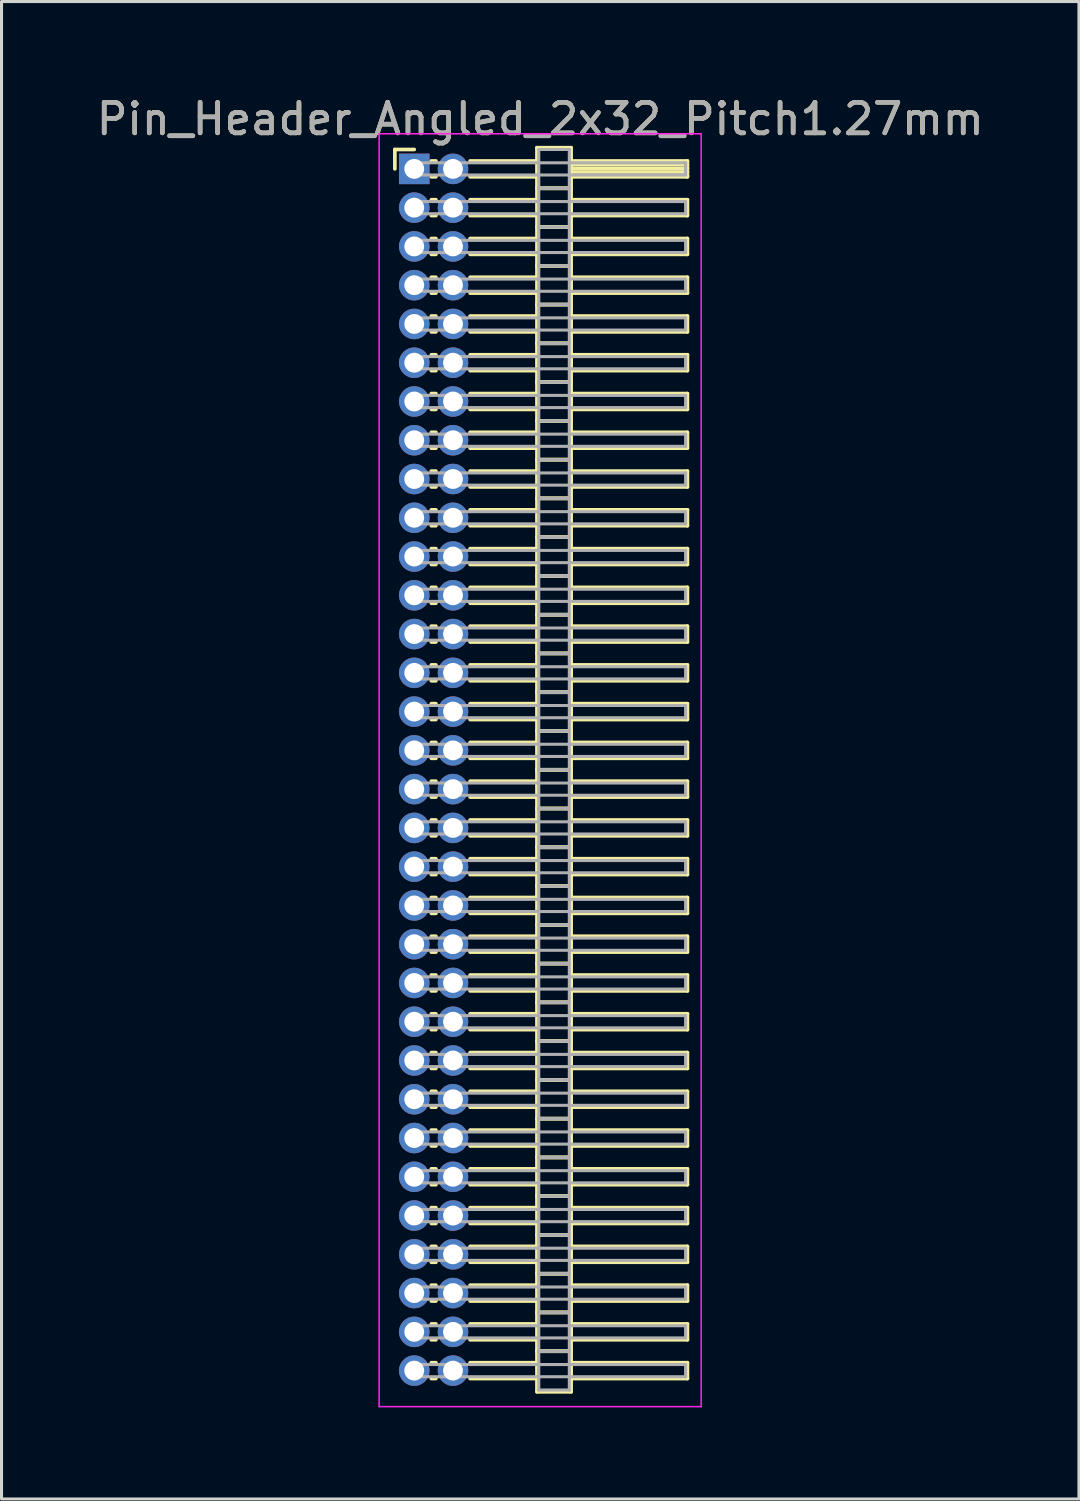
<source format=kicad_pcb>
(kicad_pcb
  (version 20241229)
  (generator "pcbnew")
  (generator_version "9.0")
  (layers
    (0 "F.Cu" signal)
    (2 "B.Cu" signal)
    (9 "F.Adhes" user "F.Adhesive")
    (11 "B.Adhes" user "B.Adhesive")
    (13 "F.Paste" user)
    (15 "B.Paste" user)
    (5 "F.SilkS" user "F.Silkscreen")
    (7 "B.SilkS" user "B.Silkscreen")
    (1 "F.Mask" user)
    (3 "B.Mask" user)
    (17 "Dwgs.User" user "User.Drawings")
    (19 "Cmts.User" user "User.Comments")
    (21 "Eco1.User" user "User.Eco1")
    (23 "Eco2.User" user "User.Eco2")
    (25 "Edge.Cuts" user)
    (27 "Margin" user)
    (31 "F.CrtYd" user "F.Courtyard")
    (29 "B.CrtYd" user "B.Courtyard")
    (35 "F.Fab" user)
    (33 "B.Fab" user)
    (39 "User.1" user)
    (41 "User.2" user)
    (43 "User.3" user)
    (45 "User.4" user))
  (footprint "Pin_Header_Angled_2x32_Pitch1.27mm"
    (layer "F.Cu")
    (at 10.521 2.483)
    (property "Reference" "Pin_Header_Angled_2x32_Pitch1.27mm" (at 4.128 -1.635 0) (layer "F.SilkS") (effects (font (size 1 1) (thickness 0.15))))
    (attr through_hole)
    (fp_line (start -0.635 -0.635) (end 0 -0.635) (stroke (width 0.12) (type solid)) (layer "F.SilkS"))
    (fp_line (start -0.635 0) (end -0.635 -0.635) (stroke (width 0.12) (type solid)) (layer "F.SilkS"))
    (fp_line (start 0.56 -0.26) (end 0.71 -0.26) (stroke (width 0.12) (type solid)) (layer "F.SilkS"))
    (fp_line (start 0.56 0.26) (end 0.71 0.26) (stroke (width 0.12) (type solid)) (layer "F.SilkS"))
    (fp_line (start 0.56 1.01) (end 0.71 1.01) (stroke (width 0.12) (type solid)) (layer "F.SilkS"))
    (fp_line (start 0.56 1.53) (end 0.71 1.53) (stroke (width 0.12) (type solid)) (layer "F.SilkS"))
    (fp_line (start 0.56 2.28) (end 0.71 2.28) (stroke (width 0.12) (type solid)) (layer "F.SilkS"))
    (fp_line (start 0.56 2.8) (end 0.71 2.8) (stroke (width 0.12) (type solid)) (layer "F.SilkS"))
    (fp_line (start 0.56 3.55) (end 0.71 3.55) (stroke (width 0.12) (type solid)) (layer "F.SilkS"))
    (fp_line (start 0.56 4.07) (end 0.71 4.07) (stroke (width 0.12) (type solid)) (layer "F.SilkS"))
    (fp_line (start 0.56 4.82) (end 0.71 4.82) (stroke (width 0.12) (type solid)) (layer "F.SilkS"))
    (fp_line (start 0.56 5.34) (end 0.71 5.34) (stroke (width 0.12) (type solid)) (layer "F.SilkS"))
    (fp_line (start 0.56 6.09) (end 0.71 6.09) (stroke (width 0.12) (type solid)) (layer "F.SilkS"))
    (fp_line (start 0.56 6.61) (end 0.71 6.61) (stroke (width 0.12) (type solid)) (layer "F.SilkS"))
    (fp_line (start 0.56 7.36) (end 0.71 7.36) (stroke (width 0.12) (type solid)) (layer "F.SilkS"))
    (fp_line (start 0.56 7.88) (end 0.71 7.88) (stroke (width 0.12) (type solid)) (layer "F.SilkS"))
    (fp_line (start 0.56 8.63) (end 0.71 8.63) (stroke (width 0.12) (type solid)) (layer "F.SilkS"))
    (fp_line (start 0.56 9.15) (end 0.71 9.15) (stroke (width 0.12) (type solid)) (layer "F.SilkS"))
    (fp_line (start 0.56 9.9) (end 0.71 9.9) (stroke (width 0.12) (type solid)) (layer "F.SilkS"))
    (fp_line (start 0.56 10.42) (end 0.71 10.42) (stroke (width 0.12) (type solid)) (layer "F.SilkS"))
    (fp_line (start 0.56 11.17) (end 0.71 11.17) (stroke (width 0.12) (type solid)) (layer "F.SilkS"))
    (fp_line (start 0.56 11.69) (end 0.71 11.69) (stroke (width 0.12) (type solid)) (layer "F.SilkS"))
    (fp_line (start 0.56 12.44) (end 0.71 12.44) (stroke (width 0.12) (type solid)) (layer "F.SilkS"))
    (fp_line (start 0.56 12.96) (end 0.71 12.96) (stroke (width 0.12) (type solid)) (layer "F.SilkS"))
    (fp_line (start 0.56 13.71) (end 0.71 13.71) (stroke (width 0.12) (type solid)) (layer "F.SilkS"))
    (fp_line (start 0.56 14.23) (end 0.71 14.23) (stroke (width 0.12) (type solid)) (layer "F.SilkS"))
    (fp_line (start 0.56 14.98) (end 0.71 14.98) (stroke (width 0.12) (type solid)) (layer "F.SilkS"))
    (fp_line (start 0.56 15.5) (end 0.71 15.5) (stroke (width 0.12) (type solid)) (layer "F.SilkS"))
    (fp_line (start 0.56 16.25) (end 0.71 16.25) (stroke (width 0.12) (type solid)) (layer "F.SilkS"))
    (fp_line (start 0.56 16.77) (end 0.71 16.77) (stroke (width 0.12) (type solid)) (layer "F.SilkS"))
    (fp_line (start 0.56 17.52) (end 0.71 17.52) (stroke (width 0.12) (type solid)) (layer "F.SilkS"))
    (fp_line (start 0.56 18.04) (end 0.71 18.04) (stroke (width 0.12) (type solid)) (layer "F.SilkS"))
    (fp_line (start 0.56 18.79) (end 0.71 18.79) (stroke (width 0.12) (type solid)) (layer "F.SilkS"))
    (fp_line (start 0.56 19.31) (end 0.71 19.31) (stroke (width 0.12) (type solid)) (layer "F.SilkS"))
    (fp_line (start 0.56 20.06) (end 0.71 20.06) (stroke (width 0.12) (type solid)) (layer "F.SilkS"))
    (fp_line (start 0.56 20.58) (end 0.71 20.58) (stroke (width 0.12) (type solid)) (layer "F.SilkS"))
    (fp_line (start 0.56 21.33) (end 0.71 21.33) (stroke (width 0.12) (type solid)) (layer "F.SilkS"))
    (fp_line (start 0.56 21.85) (end 0.71 21.85) (stroke (width 0.12) (type solid)) (layer "F.SilkS"))
    (fp_line (start 0.56 22.6) (end 0.71 22.6) (stroke (width 0.12) (type solid)) (layer "F.SilkS"))
    (fp_line (start 0.56 23.12) (end 0.71 23.12) (stroke (width 0.12) (type solid)) (layer "F.SilkS"))
    (fp_line (start 0.56 23.87) (end 0.71 23.87) (stroke (width 0.12) (type solid)) (layer "F.SilkS"))
    (fp_line (start 0.56 24.39) (end 0.71 24.39) (stroke (width 0.12) (type solid)) (layer "F.SilkS"))
    (fp_line (start 0.56 25.14) (end 0.71 25.14) (stroke (width 0.12) (type solid)) (layer "F.SilkS"))
    (fp_line (start 0.56 25.66) (end 0.71 25.66) (stroke (width 0.12) (type solid)) (layer "F.SilkS"))
    (fp_line (start 0.56 26.41) (end 0.71 26.41) (stroke (width 0.12) (type solid)) (layer "F.SilkS"))
    (fp_line (start 0.56 26.93) (end 0.71 26.93) (stroke (width 0.12) (type solid)) (layer "F.SilkS"))
    (fp_line (start 0.56 27.68) (end 0.71 27.68) (stroke (width 0.12) (type solid)) (layer "F.SilkS"))
    (fp_line (start 0.56 28.2) (end 0.71 28.2) (stroke (width 0.12) (type solid)) (layer "F.SilkS"))
    (fp_line (start 0.56 28.95) (end 0.71 28.95) (stroke (width 0.12) (type solid)) (layer "F.SilkS"))
    (fp_line (start 0.56 29.47) (end 0.71 29.47) (stroke (width 0.12) (type solid)) (layer "F.SilkS"))
    (fp_line (start 0.56 30.22) (end 0.71 30.22) (stroke (width 0.12) (type solid)) (layer "F.SilkS"))
    (fp_line (start 0.56 30.74) (end 0.71 30.74) (stroke (width 0.12) (type solid)) (layer "F.SilkS"))
    (fp_line (start 0.56 31.49) (end 0.71 31.49) (stroke (width 0.12) (type solid)) (layer "F.SilkS"))
    (fp_line (start 0.56 32.01) (end 0.71 32.01) (stroke (width 0.12) (type solid)) (layer "F.SilkS"))
    (fp_line (start 0.56 32.76) (end 0.71 32.76) (stroke (width 0.12) (type solid)) (layer "F.SilkS"))
    (fp_line (start 0.56 33.28) (end 0.71 33.28) (stroke (width 0.12) (type solid)) (layer "F.SilkS"))
    (fp_line (start 0.56 34.03) (end 0.71 34.03) (stroke (width 0.12) (type solid)) (layer "F.SilkS"))
    (fp_line (start 0.56 34.55) (end 0.71 34.55) (stroke (width 0.12) (type solid)) (layer "F.SilkS"))
    (fp_line (start 0.56 35.3) (end 0.71 35.3) (stroke (width 0.12) (type solid)) (layer "F.SilkS"))
    (fp_line (start 0.56 35.82) (end 0.71 35.82) (stroke (width 0.12) (type solid)) (layer "F.SilkS"))
    (fp_line (start 0.56 36.57) (end 0.71 36.57) (stroke (width 0.12) (type solid)) (layer "F.SilkS"))
    (fp_line (start 0.56 37.09) (end 0.71 37.09) (stroke (width 0.12) (type solid)) (layer "F.SilkS"))
    (fp_line (start 0.56 37.84) (end 0.71 37.84) (stroke (width 0.12) (type solid)) (layer "F.SilkS"))
    (fp_line (start 0.56 38.36) (end 0.71 38.36) (stroke (width 0.12) (type solid)) (layer "F.SilkS"))
    (fp_line (start 0.56 39.11) (end 0.71 39.11) (stroke (width 0.12) (type solid)) (layer "F.SilkS"))
    (fp_line (start 0.56 39.63) (end 0.71 39.63) (stroke (width 0.12) (type solid)) (layer "F.SilkS"))
    (fp_line (start 1.83 -0.26) (end 4.02 -0.26) (stroke (width 0.12) (type solid)) (layer "F.SilkS"))
    (fp_line (start 1.83 0.26) (end 4.02 0.26) (stroke (width 0.12) (type solid)) (layer "F.SilkS"))
    (fp_line (start 1.83 1.01) (end 4.02 1.01) (stroke (width 0.12) (type solid)) (layer "F.SilkS"))
    (fp_line (start 1.83 1.53) (end 4.02 1.53) (stroke (width 0.12) (type solid)) (layer "F.SilkS"))
    (fp_line (start 1.83 2.28) (end 4.02 2.28) (stroke (width 0.12) (type solid)) (layer "F.SilkS"))
    (fp_line (start 1.83 2.8) (end 4.02 2.8) (stroke (width 0.12) (type solid)) (layer "F.SilkS"))
    (fp_line (start 1.83 3.55) (end 4.02 3.55) (stroke (width 0.12) (type solid)) (layer "F.SilkS"))
    (fp_line (start 1.83 4.07) (end 4.02 4.07) (stroke (width 0.12) (type solid)) (layer "F.SilkS"))
    (fp_line (start 1.83 4.82) (end 4.02 4.82) (stroke (width 0.12) (type solid)) (layer "F.SilkS"))
    (fp_line (start 1.83 5.34) (end 4.02 5.34) (stroke (width 0.12) (type solid)) (layer "F.SilkS"))
    (fp_line (start 1.83 6.09) (end 4.02 6.09) (stroke (width 0.12) (type solid)) (layer "F.SilkS"))
    (fp_line (start 1.83 6.61) (end 4.02 6.61) (stroke (width 0.12) (type solid)) (layer "F.SilkS"))
    (fp_line (start 1.83 7.36) (end 4.02 7.36) (stroke (width 0.12) (type solid)) (layer "F.SilkS"))
    (fp_line (start 1.83 7.88) (end 4.02 7.88) (stroke (width 0.12) (type solid)) (layer "F.SilkS"))
    (fp_line (start 1.83 8.63) (end 4.02 8.63) (stroke (width 0.12) (type solid)) (layer "F.SilkS"))
    (fp_line (start 1.83 9.15) (end 4.02 9.15) (stroke (width 0.12) (type solid)) (layer "F.SilkS"))
    (fp_line (start 1.83 9.9) (end 4.02 9.9) (stroke (width 0.12) (type solid)) (layer "F.SilkS"))
    (fp_line (start 1.83 10.42) (end 4.02 10.42) (stroke (width 0.12) (type solid)) (layer "F.SilkS"))
    (fp_line (start 1.83 11.17) (end 4.02 11.17) (stroke (width 0.12) (type solid)) (layer "F.SilkS"))
    (fp_line (start 1.83 11.69) (end 4.02 11.69) (stroke (width 0.12) (type solid)) (layer "F.SilkS"))
    (fp_line (start 1.83 12.44) (end 4.02 12.44) (stroke (width 0.12) (type solid)) (layer "F.SilkS"))
    (fp_line (start 1.83 12.96) (end 4.02 12.96) (stroke (width 0.12) (type solid)) (layer "F.SilkS"))
    (fp_line (start 1.83 13.71) (end 4.02 13.71) (stroke (width 0.12) (type solid)) (layer "F.SilkS"))
    (fp_line (start 1.83 14.23) (end 4.02 14.23) (stroke (width 0.12) (type solid)) (layer "F.SilkS"))
    (fp_line (start 1.83 14.98) (end 4.02 14.98) (stroke (width 0.12) (type solid)) (layer "F.SilkS"))
    (fp_line (start 1.83 15.5) (end 4.02 15.5) (stroke (width 0.12) (type solid)) (layer "F.SilkS"))
    (fp_line (start 1.83 16.25) (end 4.02 16.25) (stroke (width 0.12) (type solid)) (layer "F.SilkS"))
    (fp_line (start 1.83 16.77) (end 4.02 16.77) (stroke (width 0.12) (type solid)) (layer "F.SilkS"))
    (fp_line (start 1.83 17.52) (end 4.02 17.52) (stroke (width 0.12) (type solid)) (layer "F.SilkS"))
    (fp_line (start 1.83 18.04) (end 4.02 18.04) (stroke (width 0.12) (type solid)) (layer "F.SilkS"))
    (fp_line (start 1.83 18.79) (end 4.02 18.79) (stroke (width 0.12) (type solid)) (layer "F.SilkS"))
    (fp_line (start 1.83 19.31) (end 4.02 19.31) (stroke (width 0.12) (type solid)) (layer "F.SilkS"))
    (fp_line (start 1.83 20.06) (end 4.02 20.06) (stroke (width 0.12) (type solid)) (layer "F.SilkS"))
    (fp_line (start 1.83 20.58) (end 4.02 20.58) (stroke (width 0.12) (type solid)) (layer "F.SilkS"))
    (fp_line (start 1.83 21.33) (end 4.02 21.33) (stroke (width 0.12) (type solid)) (layer "F.SilkS"))
    (fp_line (start 1.83 21.85) (end 4.02 21.85) (stroke (width 0.12) (type solid)) (layer "F.SilkS"))
    (fp_line (start 1.83 22.6) (end 4.02 22.6) (stroke (width 0.12) (type solid)) (layer "F.SilkS"))
    (fp_line (start 1.83 23.12) (end 4.02 23.12) (stroke (width 0.12) (type solid)) (layer "F.SilkS"))
    (fp_line (start 1.83 23.87) (end 4.02 23.87) (stroke (width 0.12) (type solid)) (layer "F.SilkS"))
    (fp_line (start 1.83 24.39) (end 4.02 24.39) (stroke (width 0.12) (type solid)) (layer "F.SilkS"))
    (fp_line (start 1.83 25.14) (end 4.02 25.14) (stroke (width 0.12) (type solid)) (layer "F.SilkS"))
    (fp_line (start 1.83 25.66) (end 4.02 25.66) (stroke (width 0.12) (type solid)) (layer "F.SilkS"))
    (fp_line (start 1.83 26.41) (end 4.02 26.41) (stroke (width 0.12) (type solid)) (layer "F.SilkS"))
    (fp_line (start 1.83 26.93) (end 4.02 26.93) (stroke (width 0.12) (type solid)) (layer "F.SilkS"))
    (fp_line (start 1.83 27.68) (end 4.02 27.68) (stroke (width 0.12) (type solid)) (layer "F.SilkS"))
    (fp_line (start 1.83 28.2) (end 4.02 28.2) (stroke (width 0.12) (type solid)) (layer "F.SilkS"))
    (fp_line (start 1.83 28.95) (end 4.02 28.95) (stroke (width 0.12) (type solid)) (layer "F.SilkS"))
    (fp_line (start 1.83 29.47) (end 4.02 29.47) (stroke (width 0.12) (type solid)) (layer "F.SilkS"))
    (fp_line (start 1.83 30.22) (end 4.02 30.22) (stroke (width 0.12) (type solid)) (layer "F.SilkS"))
    (fp_line (start 1.83 30.74) (end 4.02 30.74) (stroke (width 0.12) (type solid)) (layer "F.SilkS"))
    (fp_line (start 1.83 31.49) (end 4.02 31.49) (stroke (width 0.12) (type solid)) (layer "F.SilkS"))
    (fp_line (start 1.83 32.01) (end 4.02 32.01) (stroke (width 0.12) (type solid)) (layer "F.SilkS"))
    (fp_line (start 1.83 32.76) (end 4.02 32.76) (stroke (width 0.12) (type solid)) (layer "F.SilkS"))
    (fp_line (start 1.83 33.28) (end 4.02 33.28) (stroke (width 0.12) (type solid)) (layer "F.SilkS"))
    (fp_line (start 1.83 34.03) (end 4.02 34.03) (stroke (width 0.12) (type solid)) (layer "F.SilkS"))
    (fp_line (start 1.83 34.55) (end 4.02 34.55) (stroke (width 0.12) (type solid)) (layer "F.SilkS"))
    (fp_line (start 1.83 35.3) (end 4.02 35.3) (stroke (width 0.12) (type solid)) (layer "F.SilkS"))
    (fp_line (start 1.83 35.82) (end 4.02 35.82) (stroke (width 0.12) (type solid)) (layer "F.SilkS"))
    (fp_line (start 1.83 36.57) (end 4.02 36.57) (stroke (width 0.12) (type solid)) (layer "F.SilkS"))
    (fp_line (start 1.83 37.09) (end 4.02 37.09) (stroke (width 0.12) (type solid)) (layer "F.SilkS"))
    (fp_line (start 1.83 37.84) (end 4.02 37.84) (stroke (width 0.12) (type solid)) (layer "F.SilkS"))
    (fp_line (start 1.83 38.36) (end 4.02 38.36) (stroke (width 0.12) (type solid)) (layer "F.SilkS"))
    (fp_line (start 1.83 39.11) (end 4.02 39.11) (stroke (width 0.12) (type solid)) (layer "F.SilkS"))
    (fp_line (start 1.83 39.63) (end 4.02 39.63) (stroke (width 0.12) (type solid)) (layer "F.SilkS"))
    (fp_line (start 4.02 -0.695) (end 4.02 0.635) (stroke (width 0.12) (type solid)) (layer "F.SilkS"))
    (fp_line (start 4.02 0.635) (end 4.02 1.905) (stroke (width 0.12) (type solid)) (layer "F.SilkS"))
    (fp_line (start 4.02 0.635) (end 5.14 0.635) (stroke (width 0.12) (type solid)) (layer "F.SilkS"))
    (fp_line (start 4.02 1.905) (end 4.02 3.175) (stroke (width 0.12) (type solid)) (layer "F.SilkS"))
    (fp_line (start 4.02 1.905) (end 5.14 1.905) (stroke (width 0.12) (type solid)) (layer "F.SilkS"))
    (fp_line (start 4.02 3.175) (end 4.02 4.445) (stroke (width 0.12) (type solid)) (layer "F.SilkS"))
    (fp_line (start 4.02 3.175) (end 5.14 3.175) (stroke (width 0.12) (type solid)) (layer "F.SilkS"))
    (fp_line (start 4.02 4.445) (end 4.02 5.715) (stroke (width 0.12) (type solid)) (layer "F.SilkS"))
    (fp_line (start 4.02 4.445) (end 5.14 4.445) (stroke (width 0.12) (type solid)) (layer "F.SilkS"))
    (fp_line (start 4.02 5.715) (end 4.02 6.985) (stroke (width 0.12) (type solid)) (layer "F.SilkS"))
    (fp_line (start 4.02 5.715) (end 5.14 5.715) (stroke (width 0.12) (type solid)) (layer "F.SilkS"))
    (fp_line (start 4.02 6.985) (end 4.02 8.255) (stroke (width 0.12) (type solid)) (layer "F.SilkS"))
    (fp_line (start 4.02 6.985) (end 5.14 6.985) (stroke (width 0.12) (type solid)) (layer "F.SilkS"))
    (fp_line (start 4.02 8.255) (end 4.02 9.525) (stroke (width 0.12) (type solid)) (layer "F.SilkS"))
    (fp_line (start 4.02 8.255) (end 5.14 8.255) (stroke (width 0.12) (type solid)) (layer "F.SilkS"))
    (fp_line (start 4.02 9.525) (end 4.02 10.795) (stroke (width 0.12) (type solid)) (layer "F.SilkS"))
    (fp_line (start 4.02 9.525) (end 5.14 9.525) (stroke (width 0.12) (type solid)) (layer "F.SilkS"))
    (fp_line (start 4.02 10.795) (end 4.02 12.065) (stroke (width 0.12) (type solid)) (layer "F.SilkS"))
    (fp_line (start 4.02 10.795) (end 5.14 10.795) (stroke (width 0.12) (type solid)) (layer "F.SilkS"))
    (fp_line (start 4.02 12.065) (end 4.02 13.335) (stroke (width 0.12) (type solid)) (layer "F.SilkS"))
    (fp_line (start 4.02 12.065) (end 5.14 12.065) (stroke (width 0.12) (type solid)) (layer "F.SilkS"))
    (fp_line (start 4.02 13.335) (end 4.02 14.605) (stroke (width 0.12) (type solid)) (layer "F.SilkS"))
    (fp_line (start 4.02 13.335) (end 5.14 13.335) (stroke (width 0.12) (type solid)) (layer "F.SilkS"))
    (fp_line (start 4.02 14.605) (end 4.02 15.875) (stroke (width 0.12) (type solid)) (layer "F.SilkS"))
    (fp_line (start 4.02 14.605) (end 5.14 14.605) (stroke (width 0.12) (type solid)) (layer "F.SilkS"))
    (fp_line (start 4.02 15.875) (end 4.02 17.145) (stroke (width 0.12) (type solid)) (layer "F.SilkS"))
    (fp_line (start 4.02 15.875) (end 5.14 15.875) (stroke (width 0.12) (type solid)) (layer "F.SilkS"))
    (fp_line (start 4.02 17.145) (end 4.02 18.415) (stroke (width 0.12) (type solid)) (layer "F.SilkS"))
    (fp_line (start 4.02 17.145) (end 5.14 17.145) (stroke (width 0.12) (type solid)) (layer "F.SilkS"))
    (fp_line (start 4.02 18.415) (end 4.02 19.685) (stroke (width 0.12) (type solid)) (layer "F.SilkS"))
    (fp_line (start 4.02 18.415) (end 5.14 18.415) (stroke (width 0.12) (type solid)) (layer "F.SilkS"))
    (fp_line (start 4.02 19.685) (end 4.02 20.955) (stroke (width 0.12) (type solid)) (layer "F.SilkS"))
    (fp_line (start 4.02 19.685) (end 5.14 19.685) (stroke (width 0.12) (type solid)) (layer "F.SilkS"))
    (fp_line (start 4.02 20.955) (end 4.02 22.225) (stroke (width 0.12) (type solid)) (layer "F.SilkS"))
    (fp_line (start 4.02 20.955) (end 5.14 20.955) (stroke (width 0.12) (type solid)) (layer "F.SilkS"))
    (fp_line (start 4.02 22.225) (end 4.02 23.495) (stroke (width 0.12) (type solid)) (layer "F.SilkS"))
    (fp_line (start 4.02 22.225) (end 5.14 22.225) (stroke (width 0.12) (type solid)) (layer "F.SilkS"))
    (fp_line (start 4.02 23.495) (end 4.02 24.765) (stroke (width 0.12) (type solid)) (layer "F.SilkS"))
    (fp_line (start 4.02 23.495) (end 5.14 23.495) (stroke (width 0.12) (type solid)) (layer "F.SilkS"))
    (fp_line (start 4.02 24.765) (end 4.02 26.035) (stroke (width 0.12) (type solid)) (layer "F.SilkS"))
    (fp_line (start 4.02 24.765) (end 5.14 24.765) (stroke (width 0.12) (type solid)) (layer "F.SilkS"))
    (fp_line (start 4.02 26.035) (end 4.02 27.305) (stroke (width 0.12) (type solid)) (layer "F.SilkS"))
    (fp_line (start 4.02 26.035) (end 5.14 26.035) (stroke (width 0.12) (type solid)) (layer "F.SilkS"))
    (fp_line (start 4.02 27.305) (end 4.02 28.575) (stroke (width 0.12) (type solid)) (layer "F.SilkS"))
    (fp_line (start 4.02 27.305) (end 5.14 27.305) (stroke (width 0.12) (type solid)) (layer "F.SilkS"))
    (fp_line (start 4.02 28.575) (end 4.02 29.845) (stroke (width 0.12) (type solid)) (layer "F.SilkS"))
    (fp_line (start 4.02 28.575) (end 5.14 28.575) (stroke (width 0.12) (type solid)) (layer "F.SilkS"))
    (fp_line (start 4.02 29.845) (end 4.02 31.115) (stroke (width 0.12) (type solid)) (layer "F.SilkS"))
    (fp_line (start 4.02 29.845) (end 5.14 29.845) (stroke (width 0.12) (type solid)) (layer "F.SilkS"))
    (fp_line (start 4.02 31.115) (end 4.02 32.385) (stroke (width 0.12) (type solid)) (layer "F.SilkS"))
    (fp_line (start 4.02 31.115) (end 5.14 31.115) (stroke (width 0.12) (type solid)) (layer "F.SilkS"))
    (fp_line (start 4.02 32.385) (end 4.02 33.655) (stroke (width 0.12) (type solid)) (layer "F.SilkS"))
    (fp_line (start 4.02 32.385) (end 5.14 32.385) (stroke (width 0.12) (type solid)) (layer "F.SilkS"))
    (fp_line (start 4.02 33.655) (end 4.02 34.925) (stroke (width 0.12) (type solid)) (layer "F.SilkS"))
    (fp_line (start 4.02 33.655) (end 5.14 33.655) (stroke (width 0.12) (type solid)) (layer "F.SilkS"))
    (fp_line (start 4.02 34.925) (end 4.02 36.195) (stroke (width 0.12) (type solid)) (layer "F.SilkS"))
    (fp_line (start 4.02 34.925) (end 5.14 34.925) (stroke (width 0.12) (type solid)) (layer "F.SilkS"))
    (fp_line (start 4.02 36.195) (end 4.02 37.465) (stroke (width 0.12) (type solid)) (layer "F.SilkS"))
    (fp_line (start 4.02 36.195) (end 5.14 36.195) (stroke (width 0.12) (type solid)) (layer "F.SilkS"))
    (fp_line (start 4.02 37.465) (end 4.02 38.735) (stroke (width 0.12) (type solid)) (layer "F.SilkS"))
    (fp_line (start 4.02 37.465) (end 5.14 37.465) (stroke (width 0.12) (type solid)) (layer "F.SilkS"))
    (fp_line (start 4.02 38.735) (end 4.02 40.065) (stroke (width 0.12) (type solid)) (layer "F.SilkS"))
    (fp_line (start 4.02 38.735) (end 5.14 38.735) (stroke (width 0.12) (type solid)) (layer "F.SilkS"))
    (fp_line (start 4.02 40.065) (end 5.14 40.065) (stroke (width 0.12) (type solid)) (layer "F.SilkS"))
    (fp_line (start 5.14 -0.695) (end 4.02 -0.695) (stroke (width 0.12) (type solid)) (layer "F.SilkS"))
    (fp_line (start 5.14 -0.26) (end 5.14 0.26) (stroke (width 0.12) (type solid)) (layer "F.SilkS"))
    (fp_line (start 5.14 -0.14) (end 8.95 -0.14) (stroke (width 0.12) (type solid)) (layer "F.SilkS"))
    (fp_line (start 5.14 -0.02) (end 8.95 -0.02) (stroke (width 0.12) (type solid)) (layer "F.SilkS"))
    (fp_line (start 5.14 0.1) (end 8.95 0.1) (stroke (width 0.12) (type solid)) (layer "F.SilkS"))
    (fp_line (start 5.14 0.22) (end 8.95 0.22) (stroke (width 0.12) (type solid)) (layer "F.SilkS"))
    (fp_line (start 5.14 0.26) (end 8.95 0.26) (stroke (width 0.12) (type solid)) (layer "F.SilkS"))
    (fp_line (start 5.14 0.635) (end 4.02 0.635) (stroke (width 0.12) (type solid)) (layer "F.SilkS"))
    (fp_line (start 5.14 0.635) (end 5.14 -0.695) (stroke (width 0.12) (type solid)) (layer "F.SilkS"))
    (fp_line (start 5.14 1.01) (end 5.14 1.53) (stroke (width 0.12) (type solid)) (layer "F.SilkS"))
    (fp_line (start 5.14 1.53) (end 8.95 1.53) (stroke (width 0.12) (type solid)) (layer "F.SilkS"))
    (fp_line (start 5.14 1.905) (end 4.02 1.905) (stroke (width 0.12) (type solid)) (layer "F.SilkS"))
    (fp_line (start 5.14 1.905) (end 5.14 0.635) (stroke (width 0.12) (type solid)) (layer "F.SilkS"))
    (fp_line (start 5.14 2.28) (end 5.14 2.8) (stroke (width 0.12) (type solid)) (layer "F.SilkS"))
    (fp_line (start 5.14 2.8) (end 8.95 2.8) (stroke (width 0.12) (type solid)) (layer "F.SilkS"))
    (fp_line (start 5.14 3.175) (end 4.02 3.175) (stroke (width 0.12) (type solid)) (layer "F.SilkS"))
    (fp_line (start 5.14 3.175) (end 5.14 1.905) (stroke (width 0.12) (type solid)) (layer "F.SilkS"))
    (fp_line (start 5.14 3.55) (end 5.14 4.07) (stroke (width 0.12) (type solid)) (layer "F.SilkS"))
    (fp_line (start 5.14 4.07) (end 8.95 4.07) (stroke (width 0.12) (type solid)) (layer "F.SilkS"))
    (fp_line (start 5.14 4.445) (end 4.02 4.445) (stroke (width 0.12) (type solid)) (layer "F.SilkS"))
    (fp_line (start 5.14 4.445) (end 5.14 3.175) (stroke (width 0.12) (type solid)) (layer "F.SilkS"))
    (fp_line (start 5.14 4.82) (end 5.14 5.34) (stroke (width 0.12) (type solid)) (layer "F.SilkS"))
    (fp_line (start 5.14 5.34) (end 8.95 5.34) (stroke (width 0.12) (type solid)) (layer "F.SilkS"))
    (fp_line (start 5.14 5.715) (end 4.02 5.715) (stroke (width 0.12) (type solid)) (layer "F.SilkS"))
    (fp_line (start 5.14 5.715) (end 5.14 4.445) (stroke (width 0.12) (type solid)) (layer "F.SilkS"))
    (fp_line (start 5.14 6.09) (end 5.14 6.61) (stroke (width 0.12) (type solid)) (layer "F.SilkS"))
    (fp_line (start 5.14 6.61) (end 8.95 6.61) (stroke (width 0.12) (type solid)) (layer "F.SilkS"))
    (fp_line (start 5.14 6.985) (end 4.02 6.985) (stroke (width 0.12) (type solid)) (layer "F.SilkS"))
    (fp_line (start 5.14 6.985) (end 5.14 5.715) (stroke (width 0.12) (type solid)) (layer "F.SilkS"))
    (fp_line (start 5.14 7.36) (end 5.14 7.88) (stroke (width 0.12) (type solid)) (layer "F.SilkS"))
    (fp_line (start 5.14 7.88) (end 8.95 7.88) (stroke (width 0.12) (type solid)) (layer "F.SilkS"))
    (fp_line (start 5.14 8.255) (end 4.02 8.255) (stroke (width 0.12) (type solid)) (layer "F.SilkS"))
    (fp_line (start 5.14 8.255) (end 5.14 6.985) (stroke (width 0.12) (type solid)) (layer "F.SilkS"))
    (fp_line (start 5.14 8.63) (end 5.14 9.15) (stroke (width 0.12) (type solid)) (layer "F.SilkS"))
    (fp_line (start 5.14 9.15) (end 8.95 9.15) (stroke (width 0.12) (type solid)) (layer "F.SilkS"))
    (fp_line (start 5.14 9.525) (end 4.02 9.525) (stroke (width 0.12) (type solid)) (layer "F.SilkS"))
    (fp_line (start 5.14 9.525) (end 5.14 8.255) (stroke (width 0.12) (type solid)) (layer "F.SilkS"))
    (fp_line (start 5.14 9.9) (end 5.14 10.42) (stroke (width 0.12) (type solid)) (layer "F.SilkS"))
    (fp_line (start 5.14 10.42) (end 8.95 10.42) (stroke (width 0.12) (type solid)) (layer "F.SilkS"))
    (fp_line (start 5.14 10.795) (end 4.02 10.795) (stroke (width 0.12) (type solid)) (layer "F.SilkS"))
    (fp_line (start 5.14 10.795) (end 5.14 9.525) (stroke (width 0.12) (type solid)) (layer "F.SilkS"))
    (fp_line (start 5.14 11.17) (end 5.14 11.69) (stroke (width 0.12) (type solid)) (layer "F.SilkS"))
    (fp_line (start 5.14 11.69) (end 8.95 11.69) (stroke (width 0.12) (type solid)) (layer "F.SilkS"))
    (fp_line (start 5.14 12.065) (end 4.02 12.065) (stroke (width 0.12) (type solid)) (layer "F.SilkS"))
    (fp_line (start 5.14 12.065) (end 5.14 10.795) (stroke (width 0.12) (type solid)) (layer "F.SilkS"))
    (fp_line (start 5.14 12.44) (end 5.14 12.96) (stroke (width 0.12) (type solid)) (layer "F.SilkS"))
    (fp_line (start 5.14 12.96) (end 8.95 12.96) (stroke (width 0.12) (type solid)) (layer "F.SilkS"))
    (fp_line (start 5.14 13.335) (end 4.02 13.335) (stroke (width 0.12) (type solid)) (layer "F.SilkS"))
    (fp_line (start 5.14 13.335) (end 5.14 12.065) (stroke (width 0.12) (type solid)) (layer "F.SilkS"))
    (fp_line (start 5.14 13.71) (end 5.14 14.23) (stroke (width 0.12) (type solid)) (layer "F.SilkS"))
    (fp_line (start 5.14 14.23) (end 8.95 14.23) (stroke (width 0.12) (type solid)) (layer "F.SilkS"))
    (fp_line (start 5.14 14.605) (end 4.02 14.605) (stroke (width 0.12) (type solid)) (layer "F.SilkS"))
    (fp_line (start 5.14 14.605) (end 5.14 13.335) (stroke (width 0.12) (type solid)) (layer "F.SilkS"))
    (fp_line (start 5.14 14.98) (end 5.14 15.5) (stroke (width 0.12) (type solid)) (layer "F.SilkS"))
    (fp_line (start 5.14 15.5) (end 8.95 15.5) (stroke (width 0.12) (type solid)) (layer "F.SilkS"))
    (fp_line (start 5.14 15.875) (end 4.02 15.875) (stroke (width 0.12) (type solid)) (layer "F.SilkS"))
    (fp_line (start 5.14 15.875) (end 5.14 14.605) (stroke (width 0.12) (type solid)) (layer "F.SilkS"))
    (fp_line (start 5.14 16.25) (end 5.14 16.77) (stroke (width 0.12) (type solid)) (layer "F.SilkS"))
    (fp_line (start 5.14 16.77) (end 8.95 16.77) (stroke (width 0.12) (type solid)) (layer "F.SilkS"))
    (fp_line (start 5.14 17.145) (end 4.02 17.145) (stroke (width 0.12) (type solid)) (layer "F.SilkS"))
    (fp_line (start 5.14 17.145) (end 5.14 15.875) (stroke (width 0.12) (type solid)) (layer "F.SilkS"))
    (fp_line (start 5.14 17.52) (end 5.14 18.04) (stroke (width 0.12) (type solid)) (layer "F.SilkS"))
    (fp_line (start 5.14 18.04) (end 8.95 18.04) (stroke (width 0.12) (type solid)) (layer "F.SilkS"))
    (fp_line (start 5.14 18.415) (end 4.02 18.415) (stroke (width 0.12) (type solid)) (layer "F.SilkS"))
    (fp_line (start 5.14 18.415) (end 5.14 17.145) (stroke (width 0.12) (type solid)) (layer "F.SilkS"))
    (fp_line (start 5.14 18.79) (end 5.14 19.31) (stroke (width 0.12) (type solid)) (layer "F.SilkS"))
    (fp_line (start 5.14 19.31) (end 8.95 19.31) (stroke (width 0.12) (type solid)) (layer "F.SilkS"))
    (fp_line (start 5.14 19.685) (end 4.02 19.685) (stroke (width 0.12) (type solid)) (layer "F.SilkS"))
    (fp_line (start 5.14 19.685) (end 5.14 18.415) (stroke (width 0.12) (type solid)) (layer "F.SilkS"))
    (fp_line (start 5.14 20.06) (end 5.14 20.58) (stroke (width 0.12) (type solid)) (layer "F.SilkS"))
    (fp_line (start 5.14 20.58) (end 8.95 20.58) (stroke (width 0.12) (type solid)) (layer "F.SilkS"))
    (fp_line (start 5.14 20.955) (end 4.02 20.955) (stroke (width 0.12) (type solid)) (layer "F.SilkS"))
    (fp_line (start 5.14 20.955) (end 5.14 19.685) (stroke (width 0.12) (type solid)) (layer "F.SilkS"))
    (fp_line (start 5.14 21.33) (end 5.14 21.85) (stroke (width 0.12) (type solid)) (layer "F.SilkS"))
    (fp_line (start 5.14 21.85) (end 8.95 21.85) (stroke (width 0.12) (type solid)) (layer "F.SilkS"))
    (fp_line (start 5.14 22.225) (end 4.02 22.225) (stroke (width 0.12) (type solid)) (layer "F.SilkS"))
    (fp_line (start 5.14 22.225) (end 5.14 20.955) (stroke (width 0.12) (type solid)) (layer "F.SilkS"))
    (fp_line (start 5.14 22.6) (end 5.14 23.12) (stroke (width 0.12) (type solid)) (layer "F.SilkS"))
    (fp_line (start 5.14 23.12) (end 8.95 23.12) (stroke (width 0.12) (type solid)) (layer "F.SilkS"))
    (fp_line (start 5.14 23.495) (end 4.02 23.495) (stroke (width 0.12) (type solid)) (layer "F.SilkS"))
    (fp_line (start 5.14 23.495) (end 5.14 22.225) (stroke (width 0.12) (type solid)) (layer "F.SilkS"))
    (fp_line (start 5.14 23.87) (end 5.14 24.39) (stroke (width 0.12) (type solid)) (layer "F.SilkS"))
    (fp_line (start 5.14 24.39) (end 8.95 24.39) (stroke (width 0.12) (type solid)) (layer "F.SilkS"))
    (fp_line (start 5.14 24.765) (end 4.02 24.765) (stroke (width 0.12) (type solid)) (layer "F.SilkS"))
    (fp_line (start 5.14 24.765) (end 5.14 23.495) (stroke (width 0.12) (type solid)) (layer "F.SilkS"))
    (fp_line (start 5.14 25.14) (end 5.14 25.66) (stroke (width 0.12) (type solid)) (layer "F.SilkS"))
    (fp_line (start 5.14 25.66) (end 8.95 25.66) (stroke (width 0.12) (type solid)) (layer "F.SilkS"))
    (fp_line (start 5.14 26.035) (end 4.02 26.035) (stroke (width 0.12) (type solid)) (layer "F.SilkS"))
    (fp_line (start 5.14 26.035) (end 5.14 24.765) (stroke (width 0.12) (type solid)) (layer "F.SilkS"))
    (fp_line (start 5.14 26.41) (end 5.14 26.93) (stroke (width 0.12) (type solid)) (layer "F.SilkS"))
    (fp_line (start 5.14 26.93) (end 8.95 26.93) (stroke (width 0.12) (type solid)) (layer "F.SilkS"))
    (fp_line (start 5.14 27.305) (end 4.02 27.305) (stroke (width 0.12) (type solid)) (layer "F.SilkS"))
    (fp_line (start 5.14 27.305) (end 5.14 26.035) (stroke (width 0.12) (type solid)) (layer "F.SilkS"))
    (fp_line (start 5.14 27.68) (end 5.14 28.2) (stroke (width 0.12) (type solid)) (layer "F.SilkS"))
    (fp_line (start 5.14 28.2) (end 8.95 28.2) (stroke (width 0.12) (type solid)) (layer "F.SilkS"))
    (fp_line (start 5.14 28.575) (end 4.02 28.575) (stroke (width 0.12) (type solid)) (layer "F.SilkS"))
    (fp_line (start 5.14 28.575) (end 5.14 27.305) (stroke (width 0.12) (type solid)) (layer "F.SilkS"))
    (fp_line (start 5.14 28.95) (end 5.14 29.47) (stroke (width 0.12) (type solid)) (layer "F.SilkS"))
    (fp_line (start 5.14 29.47) (end 8.95 29.47) (stroke (width 0.12) (type solid)) (layer "F.SilkS"))
    (fp_line (start 5.14 29.845) (end 4.02 29.845) (stroke (width 0.12) (type solid)) (layer "F.SilkS"))
    (fp_line (start 5.14 29.845) (end 5.14 28.575) (stroke (width 0.12) (type solid)) (layer "F.SilkS"))
    (fp_line (start 5.14 30.22) (end 5.14 30.74) (stroke (width 0.12) (type solid)) (layer "F.SilkS"))
    (fp_line (start 5.14 30.74) (end 8.95 30.74) (stroke (width 0.12) (type solid)) (layer "F.SilkS"))
    (fp_line (start 5.14 31.115) (end 4.02 31.115) (stroke (width 0.12) (type solid)) (layer "F.SilkS"))
    (fp_line (start 5.14 31.115) (end 5.14 29.845) (stroke (width 0.12) (type solid)) (layer "F.SilkS"))
    (fp_line (start 5.14 31.49) (end 5.14 32.01) (stroke (width 0.12) (type solid)) (layer "F.SilkS"))
    (fp_line (start 5.14 32.01) (end 8.95 32.01) (stroke (width 0.12) (type solid)) (layer "F.SilkS"))
    (fp_line (start 5.14 32.385) (end 4.02 32.385) (stroke (width 0.12) (type solid)) (layer "F.SilkS"))
    (fp_line (start 5.14 32.385) (end 5.14 31.115) (stroke (width 0.12) (type solid)) (layer "F.SilkS"))
    (fp_line (start 5.14 32.76) (end 5.14 33.28) (stroke (width 0.12) (type solid)) (layer "F.SilkS"))
    (fp_line (start 5.14 33.28) (end 8.95 33.28) (stroke (width 0.12) (type solid)) (layer "F.SilkS"))
    (fp_line (start 5.14 33.655) (end 4.02 33.655) (stroke (width 0.12) (type solid)) (layer "F.SilkS"))
    (fp_line (start 5.14 33.655) (end 5.14 32.385) (stroke (width 0.12) (type solid)) (layer "F.SilkS"))
    (fp_line (start 5.14 34.03) (end 5.14 34.55) (stroke (width 0.12) (type solid)) (layer "F.SilkS"))
    (fp_line (start 5.14 34.55) (end 8.95 34.55) (stroke (width 0.12) (type solid)) (layer "F.SilkS"))
    (fp_line (start 5.14 34.925) (end 4.02 34.925) (stroke (width 0.12) (type solid)) (layer "F.SilkS"))
    (fp_line (start 5.14 34.925) (end 5.14 33.655) (stroke (width 0.12) (type solid)) (layer "F.SilkS"))
    (fp_line (start 5.14 35.3) (end 5.14 35.82) (stroke (width 0.12) (type solid)) (layer "F.SilkS"))
    (fp_line (start 5.14 35.82) (end 8.95 35.82) (stroke (width 0.12) (type solid)) (layer "F.SilkS"))
    (fp_line (start 5.14 36.195) (end 4.02 36.195) (stroke (width 0.12) (type solid)) (layer "F.SilkS"))
    (fp_line (start 5.14 36.195) (end 5.14 34.925) (stroke (width 0.12) (type solid)) (layer "F.SilkS"))
    (fp_line (start 5.14 36.57) (end 5.14 37.09) (stroke (width 0.12) (type solid)) (layer "F.SilkS"))
    (fp_line (start 5.14 37.09) (end 8.95 37.09) (stroke (width 0.12) (type solid)) (layer "F.SilkS"))
    (fp_line (start 5.14 37.465) (end 4.02 37.465) (stroke (width 0.12) (type solid)) (layer "F.SilkS"))
    (fp_line (start 5.14 37.465) (end 5.14 36.195) (stroke (width 0.12) (type solid)) (layer "F.SilkS"))
    (fp_line (start 5.14 37.84) (end 5.14 38.36) (stroke (width 0.12) (type solid)) (layer "F.SilkS"))
    (fp_line (start 5.14 38.36) (end 8.95 38.36) (stroke (width 0.12) (type solid)) (layer "F.SilkS"))
    (fp_line (start 5.14 38.735) (end 4.02 38.735) (stroke (width 0.12) (type solid)) (layer "F.SilkS"))
    (fp_line (start 5.14 38.735) (end 5.14 37.465) (stroke (width 0.12) (type solid)) (layer "F.SilkS"))
    (fp_line (start 5.14 39.11) (end 5.14 39.63) (stroke (width 0.12) (type solid)) (layer "F.SilkS"))
    (fp_line (start 5.14 39.63) (end 8.95 39.63) (stroke (width 0.12) (type solid)) (layer "F.SilkS"))
    (fp_line (start 5.14 40.065) (end 5.14 38.735) (stroke (width 0.12) (type solid)) (layer "F.SilkS"))
    (fp_line (start 8.95 -0.26) (end 5.14 -0.26) (stroke (width 0.12) (type solid)) (layer "F.SilkS"))
    (fp_line (start 8.95 0.26) (end 8.95 -0.26) (stroke (width 0.12) (type solid)) (layer "F.SilkS"))
    (fp_line (start 8.95 1.01) (end 5.14 1.01) (stroke (width 0.12) (type solid)) (layer "F.SilkS"))
    (fp_line (start 8.95 1.53) (end 8.95 1.01) (stroke (width 0.12) (type solid)) (layer "F.SilkS"))
    (fp_line (start 8.95 2.28) (end 5.14 2.28) (stroke (width 0.12) (type solid)) (layer "F.SilkS"))
    (fp_line (start 8.95 2.8) (end 8.95 2.28) (stroke (width 0.12) (type solid)) (layer "F.SilkS"))
    (fp_line (start 8.95 3.55) (end 5.14 3.55) (stroke (width 0.12) (type solid)) (layer "F.SilkS"))
    (fp_line (start 8.95 4.07) (end 8.95 3.55) (stroke (width 0.12) (type solid)) (layer "F.SilkS"))
    (fp_line (start 8.95 4.82) (end 5.14 4.82) (stroke (width 0.12) (type solid)) (layer "F.SilkS"))
    (fp_line (start 8.95 5.34) (end 8.95 4.82) (stroke (width 0.12) (type solid)) (layer "F.SilkS"))
    (fp_line (start 8.95 6.09) (end 5.14 6.09) (stroke (width 0.12) (type solid)) (layer "F.SilkS"))
    (fp_line (start 8.95 6.61) (end 8.95 6.09) (stroke (width 0.12) (type solid)) (layer "F.SilkS"))
    (fp_line (start 8.95 7.36) (end 5.14 7.36) (stroke (width 0.12) (type solid)) (layer "F.SilkS"))
    (fp_line (start 8.95 7.88) (end 8.95 7.36) (stroke (width 0.12) (type solid)) (layer "F.SilkS"))
    (fp_line (start 8.95 8.63) (end 5.14 8.63) (stroke (width 0.12) (type solid)) (layer "F.SilkS"))
    (fp_line (start 8.95 9.15) (end 8.95 8.63) (stroke (width 0.12) (type solid)) (layer "F.SilkS"))
    (fp_line (start 8.95 9.9) (end 5.14 9.9) (stroke (width 0.12) (type solid)) (layer "F.SilkS"))
    (fp_line (start 8.95 10.42) (end 8.95 9.9) (stroke (width 0.12) (type solid)) (layer "F.SilkS"))
    (fp_line (start 8.95 11.17) (end 5.14 11.17) (stroke (width 0.12) (type solid)) (layer "F.SilkS"))
    (fp_line (start 8.95 11.69) (end 8.95 11.17) (stroke (width 0.12) (type solid)) (layer "F.SilkS"))
    (fp_line (start 8.95 12.44) (end 5.14 12.44) (stroke (width 0.12) (type solid)) (layer "F.SilkS"))
    (fp_line (start 8.95 12.96) (end 8.95 12.44) (stroke (width 0.12) (type solid)) (layer "F.SilkS"))
    (fp_line (start 8.95 13.71) (end 5.14 13.71) (stroke (width 0.12) (type solid)) (layer "F.SilkS"))
    (fp_line (start 8.95 14.23) (end 8.95 13.71) (stroke (width 0.12) (type solid)) (layer "F.SilkS"))
    (fp_line (start 8.95 14.98) (end 5.14 14.98) (stroke (width 0.12) (type solid)) (layer "F.SilkS"))
    (fp_line (start 8.95 15.5) (end 8.95 14.98) (stroke (width 0.12) (type solid)) (layer "F.SilkS"))
    (fp_line (start 8.95 16.25) (end 5.14 16.25) (stroke (width 0.12) (type solid)) (layer "F.SilkS"))
    (fp_line (start 8.95 16.77) (end 8.95 16.25) (stroke (width 0.12) (type solid)) (layer "F.SilkS"))
    (fp_line (start 8.95 17.52) (end 5.14 17.52) (stroke (width 0.12) (type solid)) (layer "F.SilkS"))
    (fp_line (start 8.95 18.04) (end 8.95 17.52) (stroke (width 0.12) (type solid)) (layer "F.SilkS"))
    (fp_line (start 8.95 18.79) (end 5.14 18.79) (stroke (width 0.12) (type solid)) (layer "F.SilkS"))
    (fp_line (start 8.95 19.31) (end 8.95 18.79) (stroke (width 0.12) (type solid)) (layer "F.SilkS"))
    (fp_line (start 8.95 20.06) (end 5.14 20.06) (stroke (width 0.12) (type solid)) (layer "F.SilkS"))
    (fp_line (start 8.95 20.58) (end 8.95 20.06) (stroke (width 0.12) (type solid)) (layer "F.SilkS"))
    (fp_line (start 8.95 21.33) (end 5.14 21.33) (stroke (width 0.12) (type solid)) (layer "F.SilkS"))
    (fp_line (start 8.95 21.85) (end 8.95 21.33) (stroke (width 0.12) (type solid)) (layer "F.SilkS"))
    (fp_line (start 8.95 22.6) (end 5.14 22.6) (stroke (width 0.12) (type solid)) (layer "F.SilkS"))
    (fp_line (start 8.95 23.12) (end 8.95 22.6) (stroke (width 0.12) (type solid)) (layer "F.SilkS"))
    (fp_line (start 8.95 23.87) (end 5.14 23.87) (stroke (width 0.12) (type solid)) (layer "F.SilkS"))
    (fp_line (start 8.95 24.39) (end 8.95 23.87) (stroke (width 0.12) (type solid)) (layer "F.SilkS"))
    (fp_line (start 8.95 25.14) (end 5.14 25.14) (stroke (width 0.12) (type solid)) (layer "F.SilkS"))
    (fp_line (start 8.95 25.66) (end 8.95 25.14) (stroke (width 0.12) (type solid)) (layer "F.SilkS"))
    (fp_line (start 8.95 26.41) (end 5.14 26.41) (stroke (width 0.12) (type solid)) (layer "F.SilkS"))
    (fp_line (start 8.95 26.93) (end 8.95 26.41) (stroke (width 0.12) (type solid)) (layer "F.SilkS"))
    (fp_line (start 8.95 27.68) (end 5.14 27.68) (stroke (width 0.12) (type solid)) (layer "F.SilkS"))
    (fp_line (start 8.95 28.2) (end 8.95 27.68) (stroke (width 0.12) (type solid)) (layer "F.SilkS"))
    (fp_line (start 8.95 28.95) (end 5.14 28.95) (stroke (width 0.12) (type solid)) (layer "F.SilkS"))
    (fp_line (start 8.95 29.47) (end 8.95 28.95) (stroke (width 0.12) (type solid)) (layer "F.SilkS"))
    (fp_line (start 8.95 30.22) (end 5.14 30.22) (stroke (width 0.12) (type solid)) (layer "F.SilkS"))
    (fp_line (start 8.95 30.74) (end 8.95 30.22) (stroke (width 0.12) (type solid)) (layer "F.SilkS"))
    (fp_line (start 8.95 31.49) (end 5.14 31.49) (stroke (width 0.12) (type solid)) (layer "F.SilkS"))
    (fp_line (start 8.95 32.01) (end 8.95 31.49) (stroke (width 0.12) (type solid)) (layer "F.SilkS"))
    (fp_line (start 8.95 32.76) (end 5.14 32.76) (stroke (width 0.12) (type solid)) (layer "F.SilkS"))
    (fp_line (start 8.95 33.28) (end 8.95 32.76) (stroke (width 0.12) (type solid)) (layer "F.SilkS"))
    (fp_line (start 8.95 34.03) (end 5.14 34.03) (stroke (width 0.12) (type solid)) (layer "F.SilkS"))
    (fp_line (start 8.95 34.55) (end 8.95 34.03) (stroke (width 0.12) (type solid)) (layer "F.SilkS"))
    (fp_line (start 8.95 35.3) (end 5.14 35.3) (stroke (width 0.12) (type solid)) (layer "F.SilkS"))
    (fp_line (start 8.95 35.82) (end 8.95 35.3) (stroke (width 0.12) (type solid)) (layer "F.SilkS"))
    (fp_line (start 8.95 36.57) (end 5.14 36.57) (stroke (width 0.12) (type solid)) (layer "F.SilkS"))
    (fp_line (start 8.95 37.09) (end 8.95 36.57) (stroke (width 0.12) (type solid)) (layer "F.SilkS"))
    (fp_line (start 8.95 37.84) (end 5.14 37.84) (stroke (width 0.12) (type solid)) (layer "F.SilkS"))
    (fp_line (start 8.95 38.36) (end 8.95 37.84) (stroke (width 0.12) (type solid)) (layer "F.SilkS"))
    (fp_line (start 8.95 39.11) (end 5.14 39.11) (stroke (width 0.12) (type solid)) (layer "F.SilkS"))
    (fp_line (start 8.95 39.63) (end 8.95 39.11) (stroke (width 0.12) (type solid)) (layer "F.SilkS"))
    (fp_line (start -1.15 -1.15) (end -1.15 40.55) (stroke (width 0.05) (type solid)) (layer "F.CrtYd"))
    (fp_line (start -1.15 40.55) (end 9.4 40.55) (stroke (width 0.05) (type solid)) (layer "F.CrtYd"))
    (fp_line (start 9.4 -1.15) (end -1.15 -1.15) (stroke (width 0.05) (type solid)) (layer "F.CrtYd"))
    (fp_line (start 9.4 40.55) (end 9.4 -1.15) (stroke (width 0.05) (type solid)) (layer "F.CrtYd"))
    (fp_line (start 0 -0.2) (end 0 0.2) (stroke (width 0.1) (type solid)) (layer "F.Fab"))
    (fp_line (start 0 0.2) (end 8.89 0.2) (stroke (width 0.1) (type solid)) (layer "F.Fab"))
    (fp_line (start 0 1.07) (end 0 1.47) (stroke (width 0.1) (type solid)) (layer "F.Fab"))
    (fp_line (start 0 1.47) (end 8.89 1.47) (stroke (width 0.1) (type solid)) (layer "F.Fab"))
    (fp_line (start 0 2.34) (end 0 2.74) (stroke (width 0.1) (type solid)) (layer "F.Fab"))
    (fp_line (start 0 2.74) (end 8.89 2.74) (stroke (width 0.1) (type solid)) (layer "F.Fab"))
    (fp_line (start 0 3.61) (end 0 4.01) (stroke (width 0.1) (type solid)) (layer "F.Fab"))
    (fp_line (start 0 4.01) (end 8.89 4.01) (stroke (width 0.1) (type solid)) (layer "F.Fab"))
    (fp_line (start 0 4.88) (end 0 5.28) (stroke (width 0.1) (type solid)) (layer "F.Fab"))
    (fp_line (start 0 5.28) (end 8.89 5.28) (stroke (width 0.1) (type solid)) (layer "F.Fab"))
    (fp_line (start 0 6.15) (end 0 6.55) (stroke (width 0.1) (type solid)) (layer "F.Fab"))
    (fp_line (start 0 6.55) (end 8.89 6.55) (stroke (width 0.1) (type solid)) (layer "F.Fab"))
    (fp_line (start 0 7.42) (end 0 7.82) (stroke (width 0.1) (type solid)) (layer "F.Fab"))
    (fp_line (start 0 7.82) (end 8.89 7.82) (stroke (width 0.1) (type solid)) (layer "F.Fab"))
    (fp_line (start 0 8.69) (end 0 9.09) (stroke (width 0.1) (type solid)) (layer "F.Fab"))
    (fp_line (start 0 9.09) (end 8.89 9.09) (stroke (width 0.1) (type solid)) (layer "F.Fab"))
    (fp_line (start 0 9.96) (end 0 10.36) (stroke (width 0.1) (type solid)) (layer "F.Fab"))
    (fp_line (start 0 10.36) (end 8.89 10.36) (stroke (width 0.1) (type solid)) (layer "F.Fab"))
    (fp_line (start 0 11.23) (end 0 11.63) (stroke (width 0.1) (type solid)) (layer "F.Fab"))
    (fp_line (start 0 11.63) (end 8.89 11.63) (stroke (width 0.1) (type solid)) (layer "F.Fab"))
    (fp_line (start 0 12.5) (end 0 12.9) (stroke (width 0.1) (type solid)) (layer "F.Fab"))
    (fp_line (start 0 12.9) (end 8.89 12.9) (stroke (width 0.1) (type solid)) (layer "F.Fab"))
    (fp_line (start 0 13.77) (end 0 14.17) (stroke (width 0.1) (type solid)) (layer "F.Fab"))
    (fp_line (start 0 14.17) (end 8.89 14.17) (stroke (width 0.1) (type solid)) (layer "F.Fab"))
    (fp_line (start 0 15.04) (end 0 15.44) (stroke (width 0.1) (type solid)) (layer "F.Fab"))
    (fp_line (start 0 15.44) (end 8.89 15.44) (stroke (width 0.1) (type solid)) (layer "F.Fab"))
    (fp_line (start 0 16.31) (end 0 16.71) (stroke (width 0.1) (type solid)) (layer "F.Fab"))
    (fp_line (start 0 16.71) (end 8.89 16.71) (stroke (width 0.1) (type solid)) (layer "F.Fab"))
    (fp_line (start 0 17.58) (end 0 17.98) (stroke (width 0.1) (type solid)) (layer "F.Fab"))
    (fp_line (start 0 17.98) (end 8.89 17.98) (stroke (width 0.1) (type solid)) (layer "F.Fab"))
    (fp_line (start 0 18.85) (end 0 19.25) (stroke (width 0.1) (type solid)) (layer "F.Fab"))
    (fp_line (start 0 19.25) (end 8.89 19.25) (stroke (width 0.1) (type solid)) (layer "F.Fab"))
    (fp_line (start 0 20.12) (end 0 20.52) (stroke (width 0.1) (type solid)) (layer "F.Fab"))
    (fp_line (start 0 20.52) (end 8.89 20.52) (stroke (width 0.1) (type solid)) (layer "F.Fab"))
    (fp_line (start 0 21.39) (end 0 21.79) (stroke (width 0.1) (type solid)) (layer "F.Fab"))
    (fp_line (start 0 21.79) (end 8.89 21.79) (stroke (width 0.1) (type solid)) (layer "F.Fab"))
    (fp_line (start 0 22.66) (end 0 23.06) (stroke (width 0.1) (type solid)) (layer "F.Fab"))
    (fp_line (start 0 23.06) (end 8.89 23.06) (stroke (width 0.1) (type solid)) (layer "F.Fab"))
    (fp_line (start 0 23.93) (end 0 24.33) (stroke (width 0.1) (type solid)) (layer "F.Fab"))
    (fp_line (start 0 24.33) (end 8.89 24.33) (stroke (width 0.1) (type solid)) (layer "F.Fab"))
    (fp_line (start 0 25.2) (end 0 25.6) (stroke (width 0.1) (type solid)) (layer "F.Fab"))
    (fp_line (start 0 25.6) (end 8.89 25.6) (stroke (width 0.1) (type solid)) (layer "F.Fab"))
    (fp_line (start 0 26.47) (end 0 26.87) (stroke (width 0.1) (type solid)) (layer "F.Fab"))
    (fp_line (start 0 26.87) (end 8.89 26.87) (stroke (width 0.1) (type solid)) (layer "F.Fab"))
    (fp_line (start 0 27.74) (end 0 28.14) (stroke (width 0.1) (type solid)) (layer "F.Fab"))
    (fp_line (start 0 28.14) (end 8.89 28.14) (stroke (width 0.1) (type solid)) (layer "F.Fab"))
    (fp_line (start 0 29.01) (end 0 29.41) (stroke (width 0.1) (type solid)) (layer "F.Fab"))
    (fp_line (start 0 29.41) (end 8.89 29.41) (stroke (width 0.1) (type solid)) (layer "F.Fab"))
    (fp_line (start 0 30.28) (end 0 30.68) (stroke (width 0.1) (type solid)) (layer "F.Fab"))
    (fp_line (start 0 30.68) (end 8.89 30.68) (stroke (width 0.1) (type solid)) (layer "F.Fab"))
    (fp_line (start 0 31.55) (end 0 31.95) (stroke (width 0.1) (type solid)) (layer "F.Fab"))
    (fp_line (start 0 31.95) (end 8.89 31.95) (stroke (width 0.1) (type solid)) (layer "F.Fab"))
    (fp_line (start 0 32.82) (end 0 33.22) (stroke (width 0.1) (type solid)) (layer "F.Fab"))
    (fp_line (start 0 33.22) (end 8.89 33.22) (stroke (width 0.1) (type solid)) (layer "F.Fab"))
    (fp_line (start 0 34.09) (end 0 34.49) (stroke (width 0.1) (type solid)) (layer "F.Fab"))
    (fp_line (start 0 34.49) (end 8.89 34.49) (stroke (width 0.1) (type solid)) (layer "F.Fab"))
    (fp_line (start 0 35.36) (end 0 35.76) (stroke (width 0.1) (type solid)) (layer "F.Fab"))
    (fp_line (start 0 35.76) (end 8.89 35.76) (stroke (width 0.1) (type solid)) (layer "F.Fab"))
    (fp_line (start 0 36.63) (end 0 37.03) (stroke (width 0.1) (type solid)) (layer "F.Fab"))
    (fp_line (start 0 37.03) (end 8.89 37.03) (stroke (width 0.1) (type solid)) (layer "F.Fab"))
    (fp_line (start 0 37.9) (end 0 38.3) (stroke (width 0.1) (type solid)) (layer "F.Fab"))
    (fp_line (start 0 38.3) (end 8.89 38.3) (stroke (width 0.1) (type solid)) (layer "F.Fab"))
    (fp_line (start 0 39.17) (end 0 39.57) (stroke (width 0.1) (type solid)) (layer "F.Fab"))
    (fp_line (start 0 39.57) (end 8.89 39.57) (stroke (width 0.1) (type solid)) (layer "F.Fab"))
    (fp_line (start 4.08 -0.635) (end 4.08 0.635) (stroke (width 0.1) (type solid)) (layer "F.Fab"))
    (fp_line (start 4.08 0.635) (end 4.08 1.905) (stroke (width 0.1) (type solid)) (layer "F.Fab"))
    (fp_line (start 4.08 0.635) (end 5.08 0.635) (stroke (width 0.1) (type solid)) (layer "F.Fab"))
    (fp_line (start 4.08 1.905) (end 4.08 3.175) (stroke (width 0.1) (type solid)) (layer "F.Fab"))
    (fp_line (start 4.08 1.905) (end 5.08 1.905) (stroke (width 0.1) (type solid)) (layer "F.Fab"))
    (fp_line (start 4.08 3.175) (end 4.08 4.445) (stroke (width 0.1) (type solid)) (layer "F.Fab"))
    (fp_line (start 4.08 3.175) (end 5.08 3.175) (stroke (width 0.1) (type solid)) (layer "F.Fab"))
    (fp_line (start 4.08 4.445) (end 4.08 5.715) (stroke (width 0.1) (type solid)) (layer "F.Fab"))
    (fp_line (start 4.08 4.445) (end 5.08 4.445) (stroke (width 0.1) (type solid)) (layer "F.Fab"))
    (fp_line (start 4.08 5.715) (end 4.08 6.985) (stroke (width 0.1) (type solid)) (layer "F.Fab"))
    (fp_line (start 4.08 5.715) (end 5.08 5.715) (stroke (width 0.1) (type solid)) (layer "F.Fab"))
    (fp_line (start 4.08 6.985) (end 4.08 8.255) (stroke (width 0.1) (type solid)) (layer "F.Fab"))
    (fp_line (start 4.08 6.985) (end 5.08 6.985) (stroke (width 0.1) (type solid)) (layer "F.Fab"))
    (fp_line (start 4.08 8.255) (end 4.08 9.525) (stroke (width 0.1) (type solid)) (layer "F.Fab"))
    (fp_line (start 4.08 8.255) (end 5.08 8.255) (stroke (width 0.1) (type solid)) (layer "F.Fab"))
    (fp_line (start 4.08 9.525) (end 4.08 10.795) (stroke (width 0.1) (type solid)) (layer "F.Fab"))
    (fp_line (start 4.08 9.525) (end 5.08 9.525) (stroke (width 0.1) (type solid)) (layer "F.Fab"))
    (fp_line (start 4.08 10.795) (end 4.08 12.065) (stroke (width 0.1) (type solid)) (layer "F.Fab"))
    (fp_line (start 4.08 10.795) (end 5.08 10.795) (stroke (width 0.1) (type solid)) (layer "F.Fab"))
    (fp_line (start 4.08 12.065) (end 4.08 13.335) (stroke (width 0.1) (type solid)) (layer "F.Fab"))
    (fp_line (start 4.08 12.065) (end 5.08 12.065) (stroke (width 0.1) (type solid)) (layer "F.Fab"))
    (fp_line (start 4.08 13.335) (end 4.08 14.605) (stroke (width 0.1) (type solid)) (layer "F.Fab"))
    (fp_line (start 4.08 13.335) (end 5.08 13.335) (stroke (width 0.1) (type solid)) (layer "F.Fab"))
    (fp_line (start 4.08 14.605) (end 4.08 15.875) (stroke (width 0.1) (type solid)) (layer "F.Fab"))
    (fp_line (start 4.08 14.605) (end 5.08 14.605) (stroke (width 0.1) (type solid)) (layer "F.Fab"))
    (fp_line (start 4.08 15.875) (end 4.08 17.145) (stroke (width 0.1) (type solid)) (layer "F.Fab"))
    (fp_line (start 4.08 15.875) (end 5.08 15.875) (stroke (width 0.1) (type solid)) (layer "F.Fab"))
    (fp_line (start 4.08 17.145) (end 4.08 18.415) (stroke (width 0.1) (type solid)) (layer "F.Fab"))
    (fp_line (start 4.08 17.145) (end 5.08 17.145) (stroke (width 0.1) (type solid)) (layer "F.Fab"))
    (fp_line (start 4.08 18.415) (end 4.08 19.685) (stroke (width 0.1) (type solid)) (layer "F.Fab"))
    (fp_line (start 4.08 18.415) (end 5.08 18.415) (stroke (width 0.1) (type solid)) (layer "F.Fab"))
    (fp_line (start 4.08 19.685) (end 4.08 20.955) (stroke (width 0.1) (type solid)) (layer "F.Fab"))
    (fp_line (start 4.08 19.685) (end 5.08 19.685) (stroke (width 0.1) (type solid)) (layer "F.Fab"))
    (fp_line (start 4.08 20.955) (end 4.08 22.225) (stroke (width 0.1) (type solid)) (layer "F.Fab"))
    (fp_line (start 4.08 20.955) (end 5.08 20.955) (stroke (width 0.1) (type solid)) (layer "F.Fab"))
    (fp_line (start 4.08 22.225) (end 4.08 23.495) (stroke (width 0.1) (type solid)) (layer "F.Fab"))
    (fp_line (start 4.08 22.225) (end 5.08 22.225) (stroke (width 0.1) (type solid)) (layer "F.Fab"))
    (fp_line (start 4.08 23.495) (end 4.08 24.765) (stroke (width 0.1) (type solid)) (layer "F.Fab"))
    (fp_line (start 4.08 23.495) (end 5.08 23.495) (stroke (width 0.1) (type solid)) (layer "F.Fab"))
    (fp_line (start 4.08 24.765) (end 4.08 26.035) (stroke (width 0.1) (type solid)) (layer "F.Fab"))
    (fp_line (start 4.08 24.765) (end 5.08 24.765) (stroke (width 0.1) (type solid)) (layer "F.Fab"))
    (fp_line (start 4.08 26.035) (end 4.08 27.305) (stroke (width 0.1) (type solid)) (layer "F.Fab"))
    (fp_line (start 4.08 26.035) (end 5.08 26.035) (stroke (width 0.1) (type solid)) (layer "F.Fab"))
    (fp_line (start 4.08 27.305) (end 4.08 28.575) (stroke (width 0.1) (type solid)) (layer "F.Fab"))
    (fp_line (start 4.08 27.305) (end 5.08 27.305) (stroke (width 0.1) (type solid)) (layer "F.Fab"))
    (fp_line (start 4.08 28.575) (end 4.08 29.845) (stroke (width 0.1) (type solid)) (layer "F.Fab"))
    (fp_line (start 4.08 28.575) (end 5.08 28.575) (stroke (width 0.1) (type solid)) (layer "F.Fab"))
    (fp_line (start 4.08 29.845) (end 4.08 31.115) (stroke (width 0.1) (type solid)) (layer "F.Fab"))
    (fp_line (start 4.08 29.845) (end 5.08 29.845) (stroke (width 0.1) (type solid)) (layer "F.Fab"))
    (fp_line (start 4.08 31.115) (end 4.08 32.385) (stroke (width 0.1) (type solid)) (layer "F.Fab"))
    (fp_line (start 4.08 31.115) (end 5.08 31.115) (stroke (width 0.1) (type solid)) (layer "F.Fab"))
    (fp_line (start 4.08 32.385) (end 4.08 33.655) (stroke (width 0.1) (type solid)) (layer "F.Fab"))
    (fp_line (start 4.08 32.385) (end 5.08 32.385) (stroke (width 0.1) (type solid)) (layer "F.Fab"))
    (fp_line (start 4.08 33.655) (end 4.08 34.925) (stroke (width 0.1) (type solid)) (layer "F.Fab"))
    (fp_line (start 4.08 33.655) (end 5.08 33.655) (stroke (width 0.1) (type solid)) (layer "F.Fab"))
    (fp_line (start 4.08 34.925) (end 4.08 36.195) (stroke (width 0.1) (type solid)) (layer "F.Fab"))
    (fp_line (start 4.08 34.925) (end 5.08 34.925) (stroke (width 0.1) (type solid)) (layer "F.Fab"))
    (fp_line (start 4.08 36.195) (end 4.08 37.465) (stroke (width 0.1) (type solid)) (layer "F.Fab"))
    (fp_line (start 4.08 36.195) (end 5.08 36.195) (stroke (width 0.1) (type solid)) (layer "F.Fab"))
    (fp_line (start 4.08 37.465) (end 4.08 38.735) (stroke (width 0.1) (type solid)) (layer "F.Fab"))
    (fp_line (start 4.08 37.465) (end 5.08 37.465) (stroke (width 0.1) (type solid)) (layer "F.Fab"))
    (fp_line (start 4.08 38.735) (end 4.08 40.005) (stroke (width 0.1) (type solid)) (layer "F.Fab"))
    (fp_line (start 4.08 38.735) (end 5.08 38.735) (stroke (width 0.1) (type solid)) (layer "F.Fab"))
    (fp_line (start 4.08 40.005) (end 5.08 40.005) (stroke (width 0.1) (type solid)) (layer "F.Fab"))
    (fp_line (start 5.08 -0.635) (end 4.08 -0.635) (stroke (width 0.1) (type solid)) (layer "F.Fab"))
    (fp_line (start 5.08 0.635) (end 4.08 0.635) (stroke (width 0.1) (type solid)) (layer "F.Fab"))
    (fp_line (start 5.08 0.635) (end 5.08 -0.635) (stroke (width 0.1) (type solid)) (layer "F.Fab"))
    (fp_line (start 5.08 1.905) (end 4.08 1.905) (stroke (width 0.1) (type solid)) (layer "F.Fab"))
    (fp_line (start 5.08 1.905) (end 5.08 0.635) (stroke (width 0.1) (type solid)) (layer "F.Fab"))
    (fp_line (start 5.08 3.175) (end 4.08 3.175) (stroke (width 0.1) (type solid)) (layer "F.Fab"))
    (fp_line (start 5.08 3.175) (end 5.08 1.905) (stroke (width 0.1) (type solid)) (layer "F.Fab"))
    (fp_line (start 5.08 4.445) (end 4.08 4.445) (stroke (width 0.1) (type solid)) (layer "F.Fab"))
    (fp_line (start 5.08 4.445) (end 5.08 3.175) (stroke (width 0.1) (type solid)) (layer "F.Fab"))
    (fp_line (start 5.08 5.715) (end 4.08 5.715) (stroke (width 0.1) (type solid)) (layer "F.Fab"))
    (fp_line (start 5.08 5.715) (end 5.08 4.445) (stroke (width 0.1) (type solid)) (layer "F.Fab"))
    (fp_line (start 5.08 6.985) (end 4.08 6.985) (stroke (width 0.1) (type solid)) (layer "F.Fab"))
    (fp_line (start 5.08 6.985) (end 5.08 5.715) (stroke (width 0.1) (type solid)) (layer "F.Fab"))
    (fp_line (start 5.08 8.255) (end 4.08 8.255) (stroke (width 0.1) (type solid)) (layer "F.Fab"))
    (fp_line (start 5.08 8.255) (end 5.08 6.985) (stroke (width 0.1) (type solid)) (layer "F.Fab"))
    (fp_line (start 5.08 9.525) (end 4.08 9.525) (stroke (width 0.1) (type solid)) (layer "F.Fab"))
    (fp_line (start 5.08 9.525) (end 5.08 8.255) (stroke (width 0.1) (type solid)) (layer "F.Fab"))
    (fp_line (start 5.08 10.795) (end 4.08 10.795) (stroke (width 0.1) (type solid)) (layer "F.Fab"))
    (fp_line (start 5.08 10.795) (end 5.08 9.525) (stroke (width 0.1) (type solid)) (layer "F.Fab"))
    (fp_line (start 5.08 12.065) (end 4.08 12.065) (stroke (width 0.1) (type solid)) (layer "F.Fab"))
    (fp_line (start 5.08 12.065) (end 5.08 10.795) (stroke (width 0.1) (type solid)) (layer "F.Fab"))
    (fp_line (start 5.08 13.335) (end 4.08 13.335) (stroke (width 0.1) (type solid)) (layer "F.Fab"))
    (fp_line (start 5.08 13.335) (end 5.08 12.065) (stroke (width 0.1) (type solid)) (layer "F.Fab"))
    (fp_line (start 5.08 14.605) (end 4.08 14.605) (stroke (width 0.1) (type solid)) (layer "F.Fab"))
    (fp_line (start 5.08 14.605) (end 5.08 13.335) (stroke (width 0.1) (type solid)) (layer "F.Fab"))
    (fp_line (start 5.08 15.875) (end 4.08 15.875) (stroke (width 0.1) (type solid)) (layer "F.Fab"))
    (fp_line (start 5.08 15.875) (end 5.08 14.605) (stroke (width 0.1) (type solid)) (layer "F.Fab"))
    (fp_line (start 5.08 17.145) (end 4.08 17.145) (stroke (width 0.1) (type solid)) (layer "F.Fab"))
    (fp_line (start 5.08 17.145) (end 5.08 15.875) (stroke (width 0.1) (type solid)) (layer "F.Fab"))
    (fp_line (start 5.08 18.415) (end 4.08 18.415) (stroke (width 0.1) (type solid)) (layer "F.Fab"))
    (fp_line (start 5.08 18.415) (end 5.08 17.145) (stroke (width 0.1) (type solid)) (layer "F.Fab"))
    (fp_line (start 5.08 19.685) (end 4.08 19.685) (stroke (width 0.1) (type solid)) (layer "F.Fab"))
    (fp_line (start 5.08 19.685) (end 5.08 18.415) (stroke (width 0.1) (type solid)) (layer "F.Fab"))
    (fp_line (start 5.08 20.955) (end 4.08 20.955) (stroke (width 0.1) (type solid)) (layer "F.Fab"))
    (fp_line (start 5.08 20.955) (end 5.08 19.685) (stroke (width 0.1) (type solid)) (layer "F.Fab"))
    (fp_line (start 5.08 22.225) (end 4.08 22.225) (stroke (width 0.1) (type solid)) (layer "F.Fab"))
    (fp_line (start 5.08 22.225) (end 5.08 20.955) (stroke (width 0.1) (type solid)) (layer "F.Fab"))
    (fp_line (start 5.08 23.495) (end 4.08 23.495) (stroke (width 0.1) (type solid)) (layer "F.Fab"))
    (fp_line (start 5.08 23.495) (end 5.08 22.225) (stroke (width 0.1) (type solid)) (layer "F.Fab"))
    (fp_line (start 5.08 24.765) (end 4.08 24.765) (stroke (width 0.1) (type solid)) (layer "F.Fab"))
    (fp_line (start 5.08 24.765) (end 5.08 23.495) (stroke (width 0.1) (type solid)) (layer "F.Fab"))
    (fp_line (start 5.08 26.035) (end 4.08 26.035) (stroke (width 0.1) (type solid)) (layer "F.Fab"))
    (fp_line (start 5.08 26.035) (end 5.08 24.765) (stroke (width 0.1) (type solid)) (layer "F.Fab"))
    (fp_line (start 5.08 27.305) (end 4.08 27.305) (stroke (width 0.1) (type solid)) (layer "F.Fab"))
    (fp_line (start 5.08 27.305) (end 5.08 26.035) (stroke (width 0.1) (type solid)) (layer "F.Fab"))
    (fp_line (start 5.08 28.575) (end 4.08 28.575) (stroke (width 0.1) (type solid)) (layer "F.Fab"))
    (fp_line (start 5.08 28.575) (end 5.08 27.305) (stroke (width 0.1) (type solid)) (layer "F.Fab"))
    (fp_line (start 5.08 29.845) (end 4.08 29.845) (stroke (width 0.1) (type solid)) (layer "F.Fab"))
    (fp_line (start 5.08 29.845) (end 5.08 28.575) (stroke (width 0.1) (type solid)) (layer "F.Fab"))
    (fp_line (start 5.08 31.115) (end 4.08 31.115) (stroke (width 0.1) (type solid)) (layer "F.Fab"))
    (fp_line (start 5.08 31.115) (end 5.08 29.845) (stroke (width 0.1) (type solid)) (layer "F.Fab"))
    (fp_line (start 5.08 32.385) (end 4.08 32.385) (stroke (width 0.1) (type solid)) (layer "F.Fab"))
    (fp_line (start 5.08 32.385) (end 5.08 31.115) (stroke (width 0.1) (type solid)) (layer "F.Fab"))
    (fp_line (start 5.08 33.655) (end 4.08 33.655) (stroke (width 0.1) (type solid)) (layer "F.Fab"))
    (fp_line (start 5.08 33.655) (end 5.08 32.385) (stroke (width 0.1) (type solid)) (layer "F.Fab"))
    (fp_line (start 5.08 34.925) (end 4.08 34.925) (stroke (width 0.1) (type solid)) (layer "F.Fab"))
    (fp_line (start 5.08 34.925) (end 5.08 33.655) (stroke (width 0.1) (type solid)) (layer "F.Fab"))
    (fp_line (start 5.08 36.195) (end 4.08 36.195) (stroke (width 0.1) (type solid)) (layer "F.Fab"))
    (fp_line (start 5.08 36.195) (end 5.08 34.925) (stroke (width 0.1) (type solid)) (layer "F.Fab"))
    (fp_line (start 5.08 37.465) (end 4.08 37.465) (stroke (width 0.1) (type solid)) (layer "F.Fab"))
    (fp_line (start 5.08 37.465) (end 5.08 36.195) (stroke (width 0.1) (type solid)) (layer "F.Fab"))
    (fp_line (start 5.08 38.735) (end 4.08 38.735) (stroke (width 0.1) (type solid)) (layer "F.Fab"))
    (fp_line (start 5.08 38.735) (end 5.08 37.465) (stroke (width 0.1) (type solid)) (layer "F.Fab"))
    (fp_line (start 5.08 40.005) (end 5.08 38.735) (stroke (width 0.1) (type solid)) (layer "F.Fab"))
    (fp_line (start 8.89 -0.2) (end 0 -0.2) (stroke (width 0.1) (type solid)) (layer "F.Fab"))
    (fp_line (start 8.89 0.2) (end 8.89 -0.2) (stroke (width 0.1) (type solid)) (layer "F.Fab"))
    (fp_line (start 8.89 1.07) (end 0 1.07) (stroke (width 0.1) (type solid)) (layer "F.Fab"))
    (fp_line (start 8.89 1.47) (end 8.89 1.07) (stroke (width 0.1) (type solid)) (layer "F.Fab"))
    (fp_line (start 8.89 2.34) (end 0 2.34) (stroke (width 0.1) (type solid)) (layer "F.Fab"))
    (fp_line (start 8.89 2.74) (end 8.89 2.34) (stroke (width 0.1) (type solid)) (layer "F.Fab"))
    (fp_line (start 8.89 3.61) (end 0 3.61) (stroke (width 0.1) (type solid)) (layer "F.Fab"))
    (fp_line (start 8.89 4.01) (end 8.89 3.61) (stroke (width 0.1) (type solid)) (layer "F.Fab"))
    (fp_line (start 8.89 4.88) (end 0 4.88) (stroke (width 0.1) (type solid)) (layer "F.Fab"))
    (fp_line (start 8.89 5.28) (end 8.89 4.88) (stroke (width 0.1) (type solid)) (layer "F.Fab"))
    (fp_line (start 8.89 6.15) (end 0 6.15) (stroke (width 0.1) (type solid)) (layer "F.Fab"))
    (fp_line (start 8.89 6.55) (end 8.89 6.15) (stroke (width 0.1) (type solid)) (layer "F.Fab"))
    (fp_line (start 8.89 7.42) (end 0 7.42) (stroke (width 0.1) (type solid)) (layer "F.Fab"))
    (fp_line (start 8.89 7.82) (end 8.89 7.42) (stroke (width 0.1) (type solid)) (layer "F.Fab"))
    (fp_line (start 8.89 8.69) (end 0 8.69) (stroke (width 0.1) (type solid)) (layer "F.Fab"))
    (fp_line (start 8.89 9.09) (end 8.89 8.69) (stroke (width 0.1) (type solid)) (layer "F.Fab"))
    (fp_line (start 8.89 9.96) (end 0 9.96) (stroke (width 0.1) (type solid)) (layer "F.Fab"))
    (fp_line (start 8.89 10.36) (end 8.89 9.96) (stroke (width 0.1) (type solid)) (layer "F.Fab"))
    (fp_line (start 8.89 11.23) (end 0 11.23) (stroke (width 0.1) (type solid)) (layer "F.Fab"))
    (fp_line (start 8.89 11.63) (end 8.89 11.23) (stroke (width 0.1) (type solid)) (layer "F.Fab"))
    (fp_line (start 8.89 12.5) (end 0 12.5) (stroke (width 0.1) (type solid)) (layer "F.Fab"))
    (fp_line (start 8.89 12.9) (end 8.89 12.5) (stroke (width 0.1) (type solid)) (layer "F.Fab"))
    (fp_line (start 8.89 13.77) (end 0 13.77) (stroke (width 0.1) (type solid)) (layer "F.Fab"))
    (fp_line (start 8.89 14.17) (end 8.89 13.77) (stroke (width 0.1) (type solid)) (layer "F.Fab"))
    (fp_line (start 8.89 15.04) (end 0 15.04) (stroke (width 0.1) (type solid)) (layer "F.Fab"))
    (fp_line (start 8.89 15.44) (end 8.89 15.04) (stroke (width 0.1) (type solid)) (layer "F.Fab"))
    (fp_line (start 8.89 16.31) (end 0 16.31) (stroke (width 0.1) (type solid)) (layer "F.Fab"))
    (fp_line (start 8.89 16.71) (end 8.89 16.31) (stroke (width 0.1) (type solid)) (layer "F.Fab"))
    (fp_line (start 8.89 17.58) (end 0 17.58) (stroke (width 0.1) (type solid)) (layer "F.Fab"))
    (fp_line (start 8.89 17.98) (end 8.89 17.58) (stroke (width 0.1) (type solid)) (layer "F.Fab"))
    (fp_line (start 8.89 18.85) (end 0 18.85) (stroke (width 0.1) (type solid)) (layer "F.Fab"))
    (fp_line (start 8.89 19.25) (end 8.89 18.85) (stroke (width 0.1) (type solid)) (layer "F.Fab"))
    (fp_line (start 8.89 20.12) (end 0 20.12) (stroke (width 0.1) (type solid)) (layer "F.Fab"))
    (fp_line (start 8.89 20.52) (end 8.89 20.12) (stroke (width 0.1) (type solid)) (layer "F.Fab"))
    (fp_line (start 8.89 21.39) (end 0 21.39) (stroke (width 0.1) (type solid)) (layer "F.Fab"))
    (fp_line (start 8.89 21.79) (end 8.89 21.39) (stroke (width 0.1) (type solid)) (layer "F.Fab"))
    (fp_line (start 8.89 22.66) (end 0 22.66) (stroke (width 0.1) (type solid)) (layer "F.Fab"))
    (fp_line (start 8.89 23.06) (end 8.89 22.66) (stroke (width 0.1) (type solid)) (layer "F.Fab"))
    (fp_line (start 8.89 23.93) (end 0 23.93) (stroke (width 0.1) (type solid)) (layer "F.Fab"))
    (fp_line (start 8.89 24.33) (end 8.89 23.93) (stroke (width 0.1) (type solid)) (layer "F.Fab"))
    (fp_line (start 8.89 25.2) (end 0 25.2) (stroke (width 0.1) (type solid)) (layer "F.Fab"))
    (fp_line (start 8.89 25.6) (end 8.89 25.2) (stroke (width 0.1) (type solid)) (layer "F.Fab"))
    (fp_line (start 8.89 26.47) (end 0 26.47) (stroke (width 0.1) (type solid)) (layer "F.Fab"))
    (fp_line (start 8.89 26.87) (end 8.89 26.47) (stroke (width 0.1) (type solid)) (layer "F.Fab"))
    (fp_line (start 8.89 27.74) (end 0 27.74) (stroke (width 0.1) (type solid)) (layer "F.Fab"))
    (fp_line (start 8.89 28.14) (end 8.89 27.74) (stroke (width 0.1) (type solid)) (layer "F.Fab"))
    (fp_line (start 8.89 29.01) (end 0 29.01) (stroke (width 0.1) (type solid)) (layer "F.Fab"))
    (fp_line (start 8.89 29.41) (end 8.89 29.01) (stroke (width 0.1) (type solid)) (layer "F.Fab"))
    (fp_line (start 8.89 30.28) (end 0 30.28) (stroke (width 0.1) (type solid)) (layer "F.Fab"))
    (fp_line (start 8.89 30.68) (end 8.89 30.28) (stroke (width 0.1) (type solid)) (layer "F.Fab"))
    (fp_line (start 8.89 31.55) (end 0 31.55) (stroke (width 0.1) (type solid)) (layer "F.Fab"))
    (fp_line (start 8.89 31.95) (end 8.89 31.55) (stroke (width 0.1) (type solid)) (layer "F.Fab"))
    (fp_line (start 8.89 32.82) (end 0 32.82) (stroke (width 0.1) (type solid)) (layer "F.Fab"))
    (fp_line (start 8.89 33.22) (end 8.89 32.82) (stroke (width 0.1) (type solid)) (layer "F.Fab"))
    (fp_line (start 8.89 34.09) (end 0 34.09) (stroke (width 0.1) (type solid)) (layer "F.Fab"))
    (fp_line (start 8.89 34.49) (end 8.89 34.09) (stroke (width 0.1) (type solid)) (layer "F.Fab"))
    (fp_line (start 8.89 35.36) (end 0 35.36) (stroke (width 0.1) (type solid)) (layer "F.Fab"))
    (fp_line (start 8.89 35.76) (end 8.89 35.36) (stroke (width 0.1) (type solid)) (layer "F.Fab"))
    (fp_line (start 8.89 36.63) (end 0 36.63) (stroke (width 0.1) (type solid)) (layer "F.Fab"))
    (fp_line (start 8.89 37.03) (end 8.89 36.63) (stroke (width 0.1) (type solid)) (layer "F.Fab"))
    (fp_line (start 8.89 37.9) (end 0 37.9) (stroke (width 0.1) (type solid)) (layer "F.Fab"))
    (fp_line (start 8.89 38.3) (end 8.89 37.9) (stroke (width 0.1) (type solid)) (layer "F.Fab"))
    (fp_line (start 8.89 39.17) (end 0 39.17) (stroke (width 0.1) (type solid)) (layer "F.Fab"))
    (fp_line (start 8.89 39.57) (end 8.89 39.17) (stroke (width 0.1) (type solid)) (layer "F.Fab"))
    (fp_text user "${REFERENCE}" (at 4.128 -1.635 0) (layer "F.Fab") (effects (font (size 1 1) (thickness 0.15))))
    (pad "1" thru_hole rect (at 0 0) (size 1 1) (drill 0.65) (layers "*.Cu" "*.Mask"))
    (pad "2" thru_hole oval (at 1.27 0) (size 1 1) (drill 0.65) (layers "*.Cu" "*.Mask"))
    (pad "3" thru_hole oval (at 0 1.27) (size 1 1) (drill 0.65) (layers "*.Cu" "*.Mask"))
    (pad "4" thru_hole oval (at 1.27 1.27) (size 1 1) (drill 0.65) (layers "*.Cu" "*.Mask"))
    (pad "5" thru_hole oval (at 0 2.54) (size 1 1) (drill 0.65) (layers "*.Cu" "*.Mask"))
    (pad "6" thru_hole oval (at 1.27 2.54) (size 1 1) (drill 0.65) (layers "*.Cu" "*.Mask"))
    (pad "7" thru_hole oval (at 0 3.81) (size 1 1) (drill 0.65) (layers "*.Cu" "*.Mask"))
    (pad "8" thru_hole oval (at 1.27 3.81) (size 1 1) (drill 0.65) (layers "*.Cu" "*.Mask"))
    (pad "9" thru_hole oval (at 0 5.08) (size 1 1) (drill 0.65) (layers "*.Cu" "*.Mask"))
    (pad "10" thru_hole oval (at 1.27 5.08) (size 1 1) (drill 0.65) (layers "*.Cu" "*.Mask"))
    (pad "11" thru_hole oval (at 0 6.35) (size 1 1) (drill 0.65) (layers "*.Cu" "*.Mask"))
    (pad "12" thru_hole oval (at 1.27 6.35) (size 1 1) (drill 0.65) (layers "*.Cu" "*.Mask"))
    (pad "13" thru_hole oval (at 0 7.62) (size 1 1) (drill 0.65) (layers "*.Cu" "*.Mask"))
    (pad "14" thru_hole oval (at 1.27 7.62) (size 1 1) (drill 0.65) (layers "*.Cu" "*.Mask"))
    (pad "15" thru_hole oval (at 0 8.89) (size 1 1) (drill 0.65) (layers "*.Cu" "*.Mask"))
    (pad "16" thru_hole oval (at 1.27 8.89) (size 1 1) (drill 0.65) (layers "*.Cu" "*.Mask"))
    (pad "17" thru_hole oval (at 0 10.16) (size 1 1) (drill 0.65) (layers "*.Cu" "*.Mask"))
    (pad "18" thru_hole oval (at 1.27 10.16) (size 1 1) (drill 0.65) (layers "*.Cu" "*.Mask"))
    (pad "19" thru_hole oval (at 0 11.43) (size 1 1) (drill 0.65) (layers "*.Cu" "*.Mask"))
    (pad "20" thru_hole oval (at 1.27 11.43) (size 1 1) (drill 0.65) (layers "*.Cu" "*.Mask"))
    (pad "21" thru_hole oval (at 0 12.7) (size 1 1) (drill 0.65) (layers "*.Cu" "*.Mask"))
    (pad "22" thru_hole oval (at 1.27 12.7) (size 1 1) (drill 0.65) (layers "*.Cu" "*.Mask"))
    (pad "23" thru_hole oval (at 0 13.97) (size 1 1) (drill 0.65) (layers "*.Cu" "*.Mask"))
    (pad "24" thru_hole oval (at 1.27 13.97) (size 1 1) (drill 0.65) (layers "*.Cu" "*.Mask"))
    (pad "25" thru_hole oval (at 0 15.24) (size 1 1) (drill 0.65) (layers "*.Cu" "*.Mask"))
    (pad "26" thru_hole oval (at 1.27 15.24) (size 1 1) (drill 0.65) (layers "*.Cu" "*.Mask"))
    (pad "27" thru_hole oval (at 0 16.51) (size 1 1) (drill 0.65) (layers "*.Cu" "*.Mask"))
    (pad "28" thru_hole oval (at 1.27 16.51) (size 1 1) (drill 0.65) (layers "*.Cu" "*.Mask"))
    (pad "29" thru_hole oval (at 0 17.78) (size 1 1) (drill 0.65) (layers "*.Cu" "*.Mask"))
    (pad "30" thru_hole oval (at 1.27 17.78) (size 1 1) (drill 0.65) (layers "*.Cu" "*.Mask"))
    (pad "31" thru_hole oval (at 0 19.05) (size 1 1) (drill 0.65) (layers "*.Cu" "*.Mask"))
    (pad "32" thru_hole oval (at 1.27 19.05) (size 1 1) (drill 0.65) (layers "*.Cu" "*.Mask"))
    (pad "33" thru_hole oval (at 0 20.32) (size 1 1) (drill 0.65) (layers "*.Cu" "*.Mask"))
    (pad "34" thru_hole oval (at 1.27 20.32) (size 1 1) (drill 0.65) (layers "*.Cu" "*.Mask"))
    (pad "35" thru_hole oval (at 0 21.59) (size 1 1) (drill 0.65) (layers "*.Cu" "*.Mask"))
    (pad "36" thru_hole oval (at 1.27 21.59) (size 1 1) (drill 0.65) (layers "*.Cu" "*.Mask"))
    (pad "37" thru_hole oval (at 0 22.86) (size 1 1) (drill 0.65) (layers "*.Cu" "*.Mask"))
    (pad "38" thru_hole oval (at 1.27 22.86) (size 1 1) (drill 0.65) (layers "*.Cu" "*.Mask"))
    (pad "39" thru_hole oval (at 0 24.13) (size 1 1) (drill 0.65) (layers "*.Cu" "*.Mask"))
    (pad "40" thru_hole oval (at 1.27 24.13) (size 1 1) (drill 0.65) (layers "*.Cu" "*.Mask"))
    (pad "41" thru_hole oval (at 0 25.4) (size 1 1) (drill 0.65) (layers "*.Cu" "*.Mask"))
    (pad "42" thru_hole oval (at 1.27 25.4) (size 1 1) (drill 0.65) (layers "*.Cu" "*.Mask"))
    (pad "43" thru_hole oval (at 0 26.67) (size 1 1) (drill 0.65) (layers "*.Cu" "*.Mask"))
    (pad "44" thru_hole oval (at 1.27 26.67) (size 1 1) (drill 0.65) (layers "*.Cu" "*.Mask"))
    (pad "45" thru_hole oval (at 0 27.94) (size 1 1) (drill 0.65) (layers "*.Cu" "*.Mask"))
    (pad "46" thru_hole oval (at 1.27 27.94) (size 1 1) (drill 0.65) (layers "*.Cu" "*.Mask"))
    (pad "47" thru_hole oval (at 0 29.21) (size 1 1) (drill 0.65) (layers "*.Cu" "*.Mask"))
    (pad "48" thru_hole oval (at 1.27 29.21) (size 1 1) (drill 0.65) (layers "*.Cu" "*.Mask"))
    (pad "49" thru_hole oval (at 0 30.48) (size 1 1) (drill 0.65) (layers "*.Cu" "*.Mask"))
    (pad "50" thru_hole oval (at 1.27 30.48) (size 1 1) (drill 0.65) (layers "*.Cu" "*.Mask"))
    (pad "51" thru_hole oval (at 0 31.75) (size 1 1) (drill 0.65) (layers "*.Cu" "*.Mask"))
    (pad "52" thru_hole oval (at 1.27 31.75) (size 1 1) (drill 0.65) (layers "*.Cu" "*.Mask"))
    (pad "53" thru_hole oval (at 0 33.02) (size 1 1) (drill 0.65) (layers "*.Cu" "*.Mask"))
    (pad "54" thru_hole oval (at 1.27 33.02) (size 1 1) (drill 0.65) (layers "*.Cu" "*.Mask"))
    (pad "55" thru_hole oval (at 0 34.29) (size 1 1) (drill 0.65) (layers "*.Cu" "*.Mask"))
    (pad "56" thru_hole oval (at 1.27 34.29) (size 1 1) (drill 0.65) (layers "*.Cu" "*.Mask"))
    (pad "57" thru_hole oval (at 0 35.56) (size 1 1) (drill 0.65) (layers "*.Cu" "*.Mask"))
    (pad "58" thru_hole oval (at 1.27 35.56) (size 1 1) (drill 0.65) (layers "*.Cu" "*.Mask"))
    (pad "59" thru_hole oval (at 0 36.83) (size 1 1) (drill 0.65) (layers "*.Cu" "*.Mask"))
    (pad "60" thru_hole oval (at 1.27 36.83) (size 1 1) (drill 0.65) (layers "*.Cu" "*.Mask"))
    (pad "61" thru_hole oval (at 0 38.1) (size 1 1) (drill 0.65) (layers "*.Cu" "*.Mask"))
    (pad "62" thru_hole oval (at 1.27 38.1) (size 1 1) (drill 0.65) (layers "*.Cu" "*.Mask"))
    (pad "63" thru_hole oval (at 0 39.37) (size 1 1) (drill 0.65) (layers "*.Cu" "*.Mask"))
    (pad "64" thru_hole oval (at 1.27 39.37) (size 1 1) (drill 0.65) (layers "*.Cu" "*.Mask")))
  (gr_rect
    (start -3 -3)
    (end 32.298 46.058)
    (stroke (width 0.1) (type default))
    (fill no)
    (layer "Edge.Cuts")))
</source>
